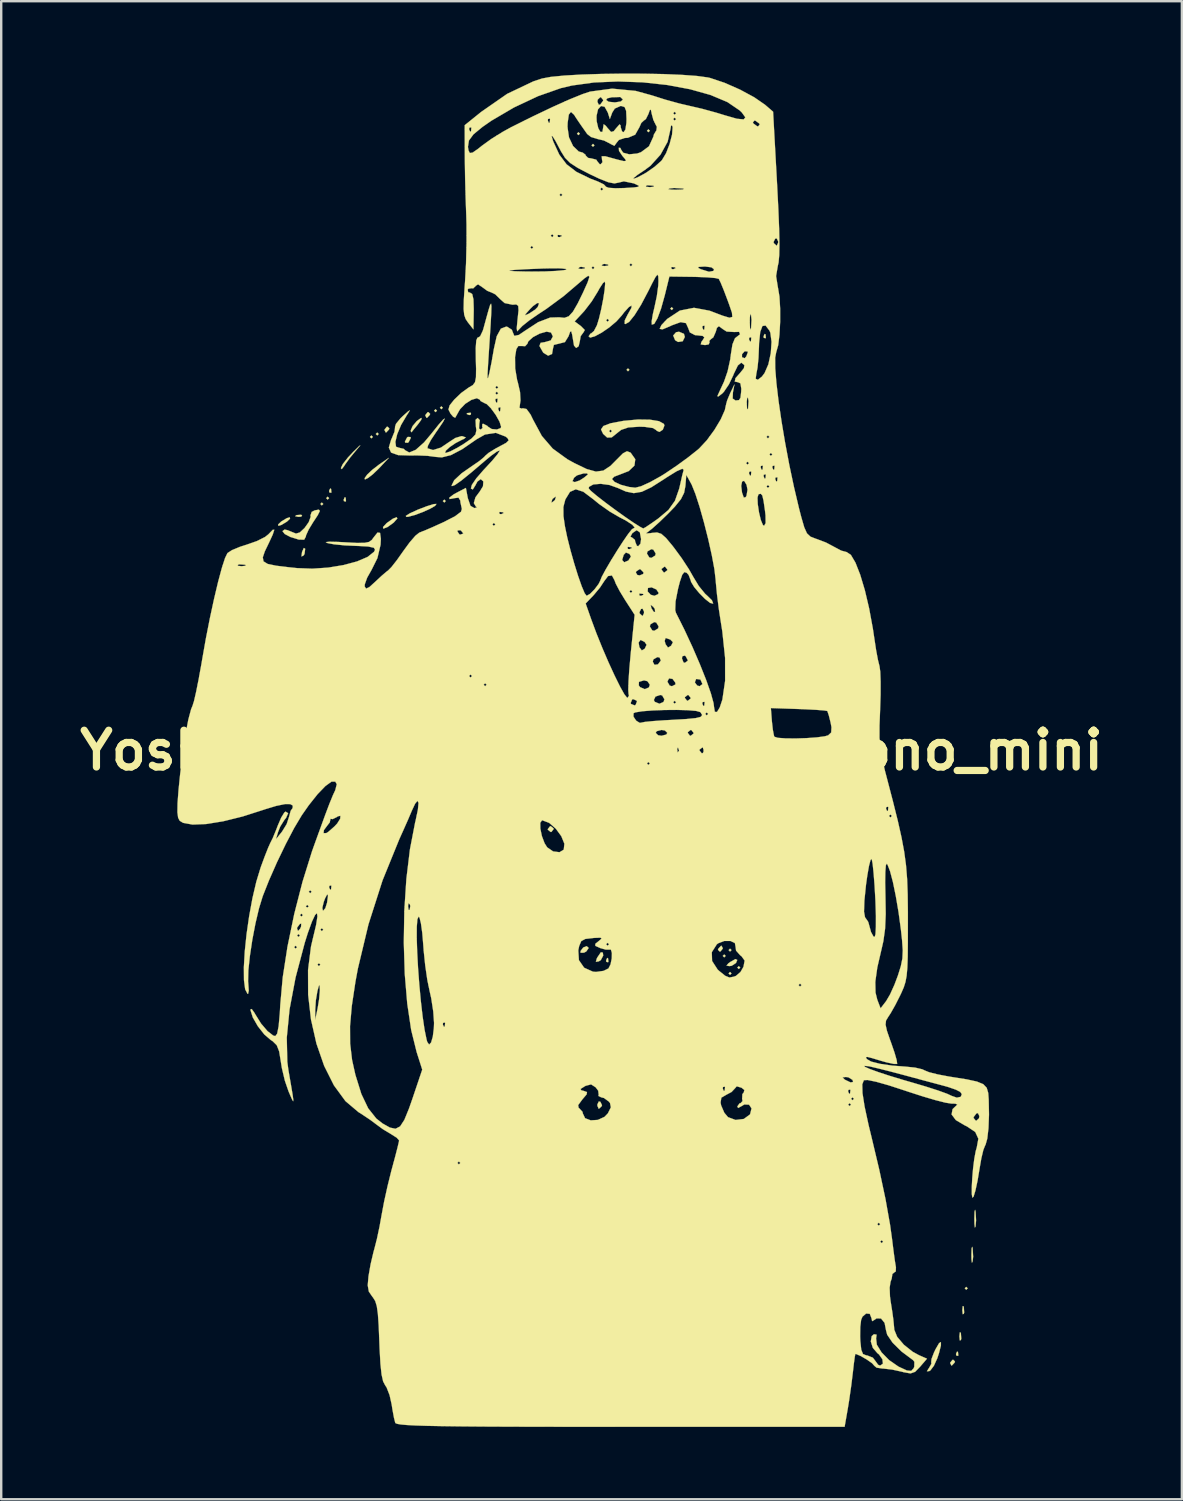
<source format=kicad_pcb>
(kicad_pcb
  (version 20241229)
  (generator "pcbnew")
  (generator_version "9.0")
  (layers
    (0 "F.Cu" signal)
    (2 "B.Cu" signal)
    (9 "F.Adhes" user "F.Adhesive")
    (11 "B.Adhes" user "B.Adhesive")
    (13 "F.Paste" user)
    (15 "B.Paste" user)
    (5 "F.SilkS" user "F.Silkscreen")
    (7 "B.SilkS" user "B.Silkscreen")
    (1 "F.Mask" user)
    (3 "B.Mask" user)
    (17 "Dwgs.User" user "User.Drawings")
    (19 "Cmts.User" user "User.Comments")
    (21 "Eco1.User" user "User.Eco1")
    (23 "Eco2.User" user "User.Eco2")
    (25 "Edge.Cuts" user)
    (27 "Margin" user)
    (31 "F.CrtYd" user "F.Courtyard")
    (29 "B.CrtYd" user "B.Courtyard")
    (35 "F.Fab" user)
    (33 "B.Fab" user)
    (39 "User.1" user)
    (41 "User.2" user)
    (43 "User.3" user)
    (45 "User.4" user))
  (footprint "YoshihisaKoshino_change_mono_mini"
    (layer "F.Cu")
    (at 21.488 28.076)
    (property "Reference" "YoshihisaKoshino_change_mono_mini" (at 0 0 0) (layer "F.SilkS") (effects (font (size 1.524 1.524) (thickness 0.3))))
    (attr through_hole)
    (fp_poly (pts (xy -11.128 -10.22) (xy -11.188 -10.16) (xy -11.249 -10.22) (xy -11.188 -10.281) (xy -11.128 -10.22)) (stroke (width 0.01) (type solid)) (fill yes) (layer "F.SilkS"))
    (fp_poly (pts (xy -10.886 -10.462) (xy -10.946 -10.402) (xy -11.007 -10.462) (xy -10.946 -10.523) (xy -10.886 -10.462)) (stroke (width 0.01) (type solid)) (fill yes) (layer "F.SilkS"))
    (fp_poly (pts (xy -9.071 -13.002) (xy -9.132 -12.942) (xy -9.192 -13.002) (xy -9.132 -13.063) (xy -9.071 -13.002)) (stroke (width 0.01) (type solid)) (fill yes) (layer "F.SilkS"))
    (fp_poly (pts (xy -8.83 -13.123) (xy -8.89 -13.063) (xy -8.95 -13.123) (xy -8.89 -13.184) (xy -8.83 -13.123)) (stroke (width 0.01) (type solid)) (fill yes) (layer "F.SilkS"))
    (fp_poly (pts (xy -6.41 -14.091) (xy -6.471 -14.03) (xy -6.531 -14.091) (xy -6.471 -14.151) (xy -6.41 -14.091)) (stroke (width 0.01) (type solid)) (fill yes) (layer "F.SilkS"))
    (fp_poly (pts (xy -6.169 -14.212) (xy -6.229 -14.151) (xy -6.29 -14.212) (xy -6.229 -14.272) (xy -6.169 -14.212)) (stroke (width 0.01) (type solid)) (fill yes) (layer "F.SilkS"))
    (fp_poly (pts (xy -6.048 -10.341) (xy -6.108 -10.281) (xy -6.169 -10.341) (xy -6.108 -10.402) (xy -6.048 -10.341)) (stroke (width 0.01) (type solid)) (fill yes) (layer "F.SilkS"))
    (fp_poly (pts (xy -0.484 -25.581) (xy -0.544 -25.521) (xy -0.605 -25.581) (xy -0.544 -25.642) (xy -0.484 -25.581)) (stroke (width 0.01) (type solid)) (fill yes) (layer "F.SilkS"))
    (fp_poly (pts (xy 0.121 -25.098) (xy 0.06 -25.037) (xy 0 -25.098) (xy 0.06 -25.158) (xy 0.121 -25.098)) (stroke (width 0.01) (type solid)) (fill yes) (layer "F.SilkS"))
    (fp_poly (pts (xy 1.572 -15.784) (xy 1.512 -15.724) (xy 1.451 -15.784) (xy 1.512 -15.845) (xy 1.572 -15.784)) (stroke (width 0.01) (type solid)) (fill yes) (layer "F.SilkS"))
    (fp_poly (pts (xy 2.419 -25.702) (xy 2.359 -25.642) (xy 2.298 -25.702) (xy 2.359 -25.763) (xy 2.419 -25.702)) (stroke (width 0.01) (type solid)) (fill yes) (layer "F.SilkS"))
    (fp_poly (pts (xy 3.387 -18.324) (xy 3.326 -18.264) (xy 3.266 -18.324) (xy 3.326 -18.385) (xy 3.387 -18.324)) (stroke (width 0.01) (type solid)) (fill yes) (layer "F.SilkS"))
    (fp_poly (pts (xy 5.564 8.527) (xy 5.503 8.588) (xy 5.443 8.527) (xy 5.503 8.467) (xy 5.564 8.527)) (stroke (width 0.01) (type solid)) (fill yes) (layer "F.SilkS"))
    (fp_poly (pts (xy 5.806 8.285) (xy 5.745 8.346) (xy 5.685 8.285) (xy 5.745 8.225) (xy 5.806 8.285)) (stroke (width 0.01) (type solid)) (fill yes) (layer "F.SilkS"))
    (fp_poly (pts (xy 5.806 9.253) (xy 5.745 9.313) (xy 5.685 9.253) (xy 5.745 9.192) (xy 5.806 9.253)) (stroke (width 0.01) (type solid)) (fill yes) (layer "F.SilkS"))
    (fp_poly (pts (xy 6.169 9.011) (xy 6.108 9.071) (xy 6.048 9.011) (xy 6.108 8.95) (xy 6.169 9.011)) (stroke (width 0.01) (type solid)) (fill yes) (layer "F.SilkS"))
    (fp_poly (pts (xy 15.603 22.316) (xy 15.542 22.376) (xy 15.482 22.316) (xy 15.542 22.255) (xy 15.603 22.316)) (stroke (width 0.01) (type solid)) (fill yes) (layer "F.SilkS"))
    (fp_poly (pts (xy -12.007 -9.749) (xy -12.043 -9.694) (xy -12.166 -9.686) (xy -12.295 -9.715) (xy -12.239 -9.759) (xy -12.05 -9.773) (xy -12.007 -9.749)) (stroke (width 0.01) (type solid)) (fill yes) (layer "F.SilkS"))
    (fp_poly (pts (xy -10.805 -10.845) (xy -10.791 -10.702) (xy -10.805 -10.684) (xy -10.877 -10.701) (xy -10.886 -10.765) (xy -10.841 -10.864) (xy -10.805 -10.845)) (stroke (width 0.01) (type solid)) (fill yes) (layer "F.SilkS"))
    (fp_poly (pts (xy -10.2 -10.483) (xy -10.186 -10.339) (xy -10.2 -10.321) (xy -10.272 -10.338) (xy -10.281 -10.402) (xy -10.237 -10.501) (xy -10.2 -10.483)) (stroke (width 0.01) (type solid)) (fill yes) (layer "F.SilkS"))
    (fp_poly (pts (xy -4.999 -13.99) (xy -5.016 -13.918) (xy -5.08 -13.91) (xy -5.18 -13.954) (xy -5.161 -13.99) (xy -5.017 -14.005) (xy -4.999 -13.99)) (stroke (width 0.01) (type solid)) (fill yes) (layer "F.SilkS"))
    (fp_poly (pts (xy 0.685 8.628) (xy 0.7 8.771) (xy 0.685 8.789) (xy 0.613 8.773) (xy 0.605 8.709) (xy 0.649 8.609) (xy 0.685 8.628)) (stroke (width 0.01) (type solid)) (fill yes) (layer "F.SilkS"))
    (fp_poly (pts (xy 7.217 -17.256) (xy 7.231 -17.112) (xy 7.217 -17.095) (xy 7.145 -17.111) (xy 7.136 -17.175) (xy 7.18 -17.275) (xy 7.217 -17.256)) (stroke (width 0.01) (type solid)) (fill yes) (layer "F.SilkS"))
    (fp_poly (pts (xy 15.2 24.957) (xy 15.214 25.1) (xy 15.2 25.118) (xy 15.128 25.101) (xy 15.119 25.037) (xy 15.163 24.938) (xy 15.2 24.957)) (stroke (width 0.01) (type solid)) (fill yes) (layer "F.SilkS"))
    (fp_poly (pts (xy 15.32 24.16) (xy 15.336 24.408) (xy 15.32 24.463) (xy 15.276 24.478) (xy 15.259 24.311) (xy 15.278 24.14) (xy 15.32 24.16)) (stroke (width 0.01) (type solid)) (fill yes) (layer "F.SilkS"))
    (fp_poly (pts (xy 15.441 23.072) (xy 15.457 23.319) (xy 15.441 23.374) (xy 15.397 23.389) (xy 15.38 23.223) (xy 15.399 23.051) (xy 15.441 23.072)) (stroke (width 0.01) (type solid)) (fill yes) (layer "F.SilkS"))
    (fp_poly (pts (xy -11.879 -8.362) (xy -11.906 -8.143) (xy -11.954 -8.076) (xy -12.033 -8.044) (xy -12.01 -8.222) (xy -12.007 -8.234) (xy -11.935 -8.397) (xy -11.879 -8.362)) (stroke (width 0.01) (type solid)) (fill yes) (layer "F.SilkS"))
    (fp_poly (pts (xy 0.365 14.576) (xy 0.435 14.721) (xy 0.418 14.765) (xy 0.301 14.872) (xy 0.244 14.75) (xy 0.242 14.689) (xy 0.301 14.564) (xy 0.365 14.576)) (stroke (width 0.01) (type solid)) (fill yes) (layer "F.SilkS"))
    (fp_poly (pts (xy -12.506 -9.61) (xy -12.632 -9.491) (xy -12.861 -9.352) (xy -12.988 -9.313) (xy -13 -9.372) (xy -12.874 -9.491) (xy -12.645 -9.63) (xy -12.519 -9.668) (xy -12.506 -9.61)) (stroke (width 0.01) (type solid)) (fill yes) (layer "F.SilkS"))
    (fp_poly (pts (xy -8.387 -13.352) (xy -8.406 -13.305) (xy -8.515 -13.189) (xy -8.534 -13.184) (xy -8.586 -13.277) (xy -8.588 -13.305) (xy -8.495 -13.421) (xy -8.46 -13.426) (xy -8.387 -13.352)) (stroke (width 0.01) (type solid)) (fill yes) (layer "F.SilkS"))
    (fp_poly (pts (xy -7.508 -12.997) (xy -7.499 -12.956) (xy -7.587 -12.785) (xy -7.62 -12.76) (xy -7.732 -12.766) (xy -7.741 -12.807) (xy -7.653 -12.978) (xy -7.62 -13.002) (xy -7.508 -12.997)) (stroke (width 0.01) (type solid)) (fill yes) (layer "F.SilkS"))
    (fp_poly (pts (xy -6.694 -13.956) (xy -6.713 -13.91) (xy -6.822 -13.794) (xy -6.841 -13.789) (xy -6.893 -13.882) (xy -6.894 -13.91) (xy -6.801 -14.026) (xy -6.766 -14.03) (xy -6.694 -13.956)) (stroke (width 0.01) (type solid)) (fill yes) (layer "F.SilkS"))
    (fp_poly (pts (xy -1.576 3.237) (xy -1.572 3.266) (xy -1.664 3.383) (xy -1.693 3.387) (xy -1.811 3.295) (xy -1.814 3.266) (xy -1.722 3.148) (xy -1.693 3.145) (xy -1.576 3.237)) (stroke (width 0.01) (type solid)) (fill yes) (layer "F.SilkS"))
    (fp_poly (pts (xy -0.121 8.193) (xy -0.121 8.202) (xy -0.218 8.342) (xy -0.312 8.393) (xy -0.454 8.397) (xy -0.456 8.323) (xy -0.345 8.178) (xy -0.2 8.122) (xy -0.121 8.193)) (stroke (width 0.01) (type solid)) (fill yes) (layer "F.SilkS"))
    (fp_poly (pts (xy 0.469 8.39) (xy 0.484 8.514) (xy 0.386 8.7) (xy 0.3 8.753) (xy 0.18 8.771) (xy 0.215 8.64) (xy 0.243 8.585) (xy 0.387 8.375) (xy 0.469 8.39)) (stroke (width 0.01) (type solid)) (fill yes) (layer "F.SilkS"))
    (fp_poly (pts (xy 3.833 -17.279) (xy 3.87 -17.149) (xy 3.782 -16.97) (xy 3.59 -16.94) (xy 3.467 -17.014) (xy 3.386 -17.208) (xy 3.507 -17.345) (xy 3.629 -17.365) (xy 3.833 -17.279)) (stroke (width 0.01) (type solid)) (fill yes) (layer "F.SilkS"))
    (fp_poly (pts (xy 5.441 8.197) (xy 5.443 8.225) (xy 5.35 8.341) (xy 5.315 8.346) (xy 5.243 8.272) (xy 5.261 8.225) (xy 5.37 8.109) (xy 5.39 8.104) (xy 5.441 8.197)) (stroke (width 0.01) (type solid)) (fill yes) (layer "F.SilkS"))
    (fp_poly (pts (xy 6.045 8.693) (xy 5.992 8.821) (xy 5.814 8.936) (xy 5.715 8.95) (xy 5.599 8.928) (xy 5.677 8.835) (xy 5.752 8.779) (xy 5.968 8.658) (xy 6.045 8.693)) (stroke (width 0.01) (type solid)) (fill yes) (layer "F.SilkS"))
    (fp_poly (pts (xy 15.077 25.353) (xy 15.059 25.4) (xy 14.95 25.515) (xy 14.93 25.521) (xy 14.879 25.427) (xy 14.877 25.4) (xy 14.97 25.284) (xy 15.005 25.279) (xy 15.077 25.353)) (stroke (width 0.01) (type solid)) (fill yes) (layer "F.SilkS"))
    (fp_poly (pts (xy 15.809 20.653) (xy 15.829 21.005) (xy 15.809 21.197) (xy 15.779 21.254) (xy 15.76 21.102) (xy 15.757 20.925) (xy 15.766 20.663) (xy 15.79 20.591) (xy 15.809 20.653)) (stroke (width 0.01) (type solid)) (fill yes) (layer "F.SilkS"))
    (fp_poly (pts (xy 15.932 19.142) (xy 15.951 19.5) (xy 15.93 19.747) (xy 15.902 19.796) (xy 15.883 19.637) (xy 15.879 19.413) (xy 15.888 19.138) (xy 15.91 19.058) (xy 15.932 19.142)) (stroke (width 0.01) (type solid)) (fill yes) (layer "F.SilkS"))
    (fp_poly (pts (xy -8.823 -11.692) (xy -9.067 -11.457) (xy -9.272 -11.298) (xy -9.4 -11.236) (xy -9.412 -11.291) (xy -9.309 -11.436) (xy -9.105 -11.63) (xy -8.814 -11.855) (xy -8.78 -11.879) (xy -8.406 -12.135) (xy -8.823 -11.692)) (stroke (width 0.01) (type solid)) (fill yes) (layer "F.SilkS"))
    (fp_poly (pts (xy -8.055 -9.62) (xy -8.198 -9.458) (xy -8.225 -9.434) (xy -8.464 -9.263) (xy -8.636 -9.196) (xy -8.65 -9.263) (xy -8.505 -9.42) (xy -8.484 -9.438) (xy -8.239 -9.611) (xy -8.083 -9.671) (xy -8.055 -9.62)) (stroke (width 0.01) (type solid)) (fill yes) (layer "F.SilkS"))
    (fp_poly (pts (xy -7.065 -13.71) (xy -7.203 -13.521) (xy -7.207 -13.516) (xy -7.381 -13.305) (xy -7.468 -13.194) (xy -7.497 -13.235) (xy -7.499 -13.276) (xy -7.422 -13.453) (xy -7.251 -13.657) (xy -7.081 -13.782) (xy -7.048 -13.789) (xy -7.065 -13.71)) (stroke (width 0.01) (type solid)) (fill yes) (layer "F.SilkS"))
    (fp_poly (pts (xy -9.689 -12.534) (xy -9.751 -12.463) (xy -10.01 -12.15) (xy -10.214 -11.87) (xy -10.262 -11.793) (xy -10.362 -11.665) (xy -10.398 -11.709) (xy -10.32 -11.874) (xy -10.113 -12.139) (xy -9.888 -12.379) (xy -9.656 -12.606) (xy -9.59 -12.657) (xy -9.689 -12.534)) (stroke (width 0.01) (type solid)) (fill yes) (layer "F.SilkS"))
    (fp_poly (pts (xy -6.488 -10.143) (xy -6.703 -10.019) (xy -7.007 -9.883) (xy -7.328 -9.763) (xy -7.596 -9.692) (xy -7.68 -9.684) (xy -7.705 -9.725) (xy -7.54 -9.831) (xy -7.22 -9.978) (xy -7.207 -9.984) (xy -6.83 -10.128) (xy -6.55 -10.214) (xy -6.433 -10.223) (xy -6.488 -10.143)) (stroke (width 0.01) (type solid)) (fill yes) (layer "F.SilkS"))
    (fp_poly (pts (xy 14.492 24.692) (xy 14.41 25.014) (xy 14.344 25.214) (xy 14.203 25.526) (xy 14.054 25.723) (xy 14.013 25.748) (xy 13.911 25.758) (xy 13.986 25.636) (xy 13.999 25.62) (xy 14.097 25.445) (xy 14.09 25.379) (xy 14.103 25.246) (xy 14.205 24.979) (xy 14.268 24.846) (xy 14.417 24.589) (xy 14.493 24.544) (xy 14.492 24.692)) (stroke (width 0.01) (type solid)) (fill yes) (layer "F.SilkS"))
    (fp_poly (pts (xy -11.269 -9.932) (xy -11.356 -9.756) (xy -11.551 -9.46) (xy -11.736 -9.155) (xy -11.843 -8.917) (xy -11.853 -8.862) (xy -11.92 -8.74) (xy -12.138 -8.742) (xy -12.488 -8.849) (xy -12.727 -8.974) (xy -12.821 -9.094) (xy -12.731 -9.16) (xy -12.609 -9.133) (xy -12.355 -9.03) (xy -12.261 -8.992) (xy -12.101 -9.039) (xy -11.904 -9.224) (xy -11.732 -9.467) (xy -11.652 -9.686) (xy -11.659 -9.747) (xy -11.609 -9.891) (xy -11.482 -9.955) (xy -11.312 -9.986) (xy -11.269 -9.932)) (stroke (width 0.01) (type solid)) (fill yes) (layer "F.SilkS"))
    (fp_poly (pts (xy 2.424 -13.717) (xy 2.799 -13.655) (xy 3.001 -13.543) (xy 3.024 -13.478) (xy 2.956 -13.3) (xy 2.817 -13.209) (xy 2.699 -13.259) (xy 2.688 -13.283) (xy 2.542 -13.371) (xy 2.208 -13.419) (xy 1.986 -13.426) (xy 1.528 -13.396) (xy 1.23 -13.295) (xy 1.089 -13.184) (xy 0.837 -12.981) (xy 0.647 -12.976) (xy 0.48 -13.128) (xy 0.425 -13.244) (xy 0.726 -13.244) (xy 0.786 -13.184) (xy 0.847 -13.244) (xy 0.786 -13.305) (xy 0.726 -13.244) (xy 0.425 -13.244) (xy 0.393 -13.312) (xy 0.49 -13.454) (xy 0.79 -13.568) (xy 1.312 -13.666) (xy 1.343 -13.67) (xy 1.924 -13.724) (xy 2.424 -13.717)) (stroke (width 0.01) (type solid)) (fill yes) (layer "F.SilkS"))
    (fp_poly (pts (xy 2.146 -28.069) (xy 2.987 -28.053) (xy 3.745 -28.021) (xy 4.373 -27.975) (xy 4.825 -27.913) (xy 4.922 -27.891) (xy 5.522 -27.69) (xy 6.161 -27.408) (xy 6.748 -27.091) (xy 7.194 -26.783) (xy 7.21 -26.77) (xy 7.531 -26.493) (xy 7.696 -23.497) (xy 7.749 -22.456) (xy 7.782 -21.632) (xy 7.794 -21.004) (xy 7.786 -20.548) (xy 7.759 -20.24) (xy 7.727 -20.098) (xy 7.655 -19.675) (xy 7.731 -19.199) (xy 7.734 -19.191) (xy 7.795 -18.823) (xy 7.824 -18.327) (xy 7.824 -17.777) (xy 7.796 -17.246) (xy 7.743 -16.808) (xy 7.666 -16.535) (xy 7.663 -16.531) (xy 7.617 -16.288) (xy 7.62 -15.845) (xy 7.669 -15.236) (xy 7.757 -14.495) (xy 7.879 -13.659) (xy 8.03 -12.761) (xy 8.204 -11.837) (xy 8.398 -10.921) (xy 8.604 -10.048) (xy 8.7 -9.677) (xy 8.823 -9.253) (xy 8.936 -9.002) (xy 9.082 -8.865) (xy 9.303 -8.779) (xy 9.332 -8.77) (xy 9.724 -8.622) (xy 10.073 -8.437) (xy 10.074 -8.436) (xy 10.359 -8.285) (xy 10.583 -8.225) (xy 10.757 -8.11) (xy 10.948 -7.787) (xy 11.144 -7.288) (xy 11.337 -6.645) (xy 11.515 -5.89) (xy 11.669 -5.055) (xy 11.731 -4.641) (xy 11.803 -4.167) (xy 11.88 -3.754) (xy 11.945 -3.492) (xy 11.977 -3.263) (xy 11.992 -2.851) (xy 11.991 -2.314) (xy 11.971 -1.709) (xy 11.971 -1.693) (xy 11.945 -1.027) (xy 11.944 -0.521) (xy 11.976 -0.094) (xy 12.05 0.333) (xy 12.171 0.844) (xy 12.235 1.089) (xy 12.498 2.097) (xy 12.704 2.922) (xy 12.858 3.609) (xy 12.97 4.209) (xy 13.045 4.769) (xy 13.091 5.337) (xy 13.114 5.962) (xy 13.123 6.693) (xy 13.123 7.136) (xy 13.122 7.951) (xy 13.116 8.565) (xy 13.1 9.019) (xy 13.07 9.353) (xy 13.022 9.61) (xy 12.952 9.83) (xy 12.855 10.053) (xy 12.804 10.16) (xy 12.601 10.562) (xy 12.408 10.903) (xy 12.303 11.063) (xy 12.215 11.21) (xy 12.197 11.379) (xy 12.254 11.635) (xy 12.394 12.041) (xy 12.426 12.126) (xy 12.567 12.535) (xy 12.657 12.847) (xy 12.678 13.002) (xy 12.675 13.007) (xy 12.538 13.007) (xy 12.247 12.945) (xy 12.024 12.883) (xy 11.643 12.768) (xy 11.445 12.717) (xy 11.382 12.722) (xy 11.404 12.779) (xy 11.422 12.807) (xy 11.598 12.91) (xy 11.966 13.003) (xy 12.474 13.077) (xy 13.03 13.12) (xy 13.421 13.16) (xy 13.721 13.23) (xy 13.816 13.276) (xy 14.003 13.352) (xy 14.361 13.442) (xy 14.82 13.529) (xy 14.938 13.548) (xy 15.561 13.647) (xy 15.985 13.739) (xy 16.249 13.847) (xy 16.392 13.997) (xy 16.455 14.211) (xy 16.475 14.481) (xy 16.487 15.109) (xy 16.466 15.668) (xy 16.416 16.105) (xy 16.343 16.366) (xy 16.325 16.393) (xy 16.253 16.575) (xy 16.17 16.922) (xy 16.094 17.362) (xy 16.092 17.377) (xy 16.013 17.849) (xy 15.924 18.262) (xy 15.846 18.517) (xy 15.796 18.553) (xy 15.773 18.401) (xy 15.773 18.112) (xy 15.793 17.738) (xy 15.828 17.331) (xy 15.877 16.943) (xy 15.936 16.625) (xy 15.979 16.476) (xy 16.046 16.11) (xy 15.916 15.829) (xy 15.566 15.595) (xy 15.493 15.562) (xy 15.112 15.337) (xy 15.044 15.247) (xy 15.845 15.247) (xy 15.937 15.358) (xy 15.966 15.361) (xy 16.072 15.263) (xy 16.087 15.172) (xy 16.028 15.047) (xy 15.966 15.059) (xy 15.849 15.213) (xy 15.845 15.247) (xy 15.044 15.247) (xy 14.935 15.103) (xy 14.976 14.882) (xy 15.065 14.797) (xy 15.175 14.694) (xy 15.09 14.656) (xy 14.92 14.652) (xy 14.68 14.614) (xy 14.266 14.509) (xy 13.733 14.352) (xy 13.133 14.158) (xy 13.002 14.114) (xy 12.333 13.896) (xy 11.806 13.747) (xy 11.451 13.674) (xy 11.297 13.682) (xy 11.23 13.855) (xy 11.239 14.216) (xy 11.327 14.776) (xy 11.493 15.546) (xy 11.604 16.002) (xy 11.933 17.386) (xy 12.195 18.618) (xy 12.382 19.671) (xy 12.464 20.26) (xy 12.524 20.743) (xy 12.579 21.152) (xy 12.621 21.41) (xy 12.627 21.439) (xy 12.62 21.615) (xy 12.568 21.65) (xy 12.476 21.724) (xy 12.477 21.741) (xy 12.45 21.917) (xy 12.403 22.045) (xy 12.366 22.288) (xy 12.38 22.655) (xy 12.403 22.831) (xy 12.475 23.287) (xy 12.519 23.611) (xy 12.548 23.908) (xy 12.558 24.034) (xy 12.678 24.328) (xy 12.954 24.654) (xy 13.322 24.947) (xy 13.58 25.088) (xy 13.915 25.235) (xy 13.627 25.57) (xy 13.421 25.78) (xy 13.232 25.846) (xy 12.949 25.796) (xy 12.869 25.774) (xy 12.471 25.687) (xy 12.108 25.644) (xy 12.065 25.643) (xy 11.824 25.607) (xy 11.732 25.53) (xy 11.639 25.425) (xy 11.421 25.271) (xy 11.168 25.124) (xy 10.973 25.041) (xy 10.945 25.037) (xy 10.921 25.147) (xy 10.882 25.433) (xy 10.842 25.787) (xy 10.773 26.351) (xy 10.684 26.973) (xy 10.631 27.299) (xy 10.498 28.061) (xy 1.21 28.061) (xy -0.546 28.06) (xy -2.074 28.058) (xy -3.39 28.055) (xy -4.509 28.05) (xy -5.445 28.042) (xy -6.214 28.032) (xy -6.829 28.02) (xy -7.306 28.005) (xy -7.66 27.986) (xy -7.906 27.964) (xy -8.058 27.938) (xy -8.131 27.909) (xy -8.142 27.895) (xy -8.196 27.682) (xy -8.261 27.332) (xy -8.29 27.139) (xy -8.378 26.745) (xy -8.502 26.427) (xy -8.562 26.336) (xy -8.646 26.175) (xy -8.71 25.891) (xy -8.757 25.447) (xy -8.792 24.809) (xy -8.803 24.522) (xy -8.811 24.316) (xy 11.142 24.316) (xy 11.15 24.501) (xy 11.188 24.863) (xy 11.261 25.042) (xy 11.395 25.097) (xy 11.43 25.098) (xy 11.67 25.192) (xy 11.759 25.309) (xy 11.889 25.487) (xy 11.97 25.521) (xy 12.087 25.442) (xy 12.066 25.261) (xy 11.925 25.06) (xy 11.856 25.004) (xy 11.668 24.785) (xy 11.584 24.519) (xy 11.622 24.297) (xy 11.715 24.22) (xy 11.825 24.238) (xy 11.803 24.399) (xy 11.835 24.656) (xy 12.031 24.974) (xy 12.343 25.293) (xy 12.724 25.557) (xy 12.76 25.576) (xy 13.08 25.723) (xy 13.259 25.742) (xy 13.36 25.633) (xy 13.387 25.569) (xy 13.391 25.364) (xy 13.341 25.297) (xy 12.862 24.939) (xy 12.489 24.572) (xy 12.264 24.241) (xy 12.216 24.058) (xy 12.156 23.749) (xy 12.008 23.567) (xy 11.822 23.562) (xy 11.754 23.613) (xy 11.639 23.679) (xy 11.611 23.549) (xy 11.542 23.374) (xy 11.39 23.361) (xy 11.237 23.494) (xy 11.183 23.624) (xy 11.148 23.912) (xy 11.142 24.316) (xy -8.811 24.316) (xy -8.83 23.85) (xy -8.863 23.376) (xy -8.908 23.055) (xy -8.974 22.842) (xy -9.066 22.694) (xy -9.094 22.661) (xy -9.239 22.45) (xy -9.284 22.192) (xy -9.252 21.814) (xy -9.165 21.317) (xy -9.044 20.804) (xy -9.01 20.683) (xy -8.932 20.38) (xy 11.974 20.38) (xy 12.035 20.441) (xy 12.095 20.38) (xy 12.035 20.32) (xy 11.974 20.38) (xy -8.932 20.38) (xy -8.905 20.274) (xy -8.793 19.747) (xy -8.777 19.655) (xy 11.853 19.655) (xy 11.914 19.715) (xy 11.974 19.655) (xy 11.914 19.594) (xy 11.853 19.655) (xy -8.777 19.655) (xy -8.707 19.266) (xy -8.604 18.719) (xy -8.46 18.067) (xy -8.303 17.435) (xy -8.275 17.332) (xy -8.216 17.115) (xy -5.564 17.115) (xy -5.503 17.175) (xy -5.443 17.115) (xy -5.503 17.054) (xy -5.564 17.115) (xy -8.216 17.115) (xy -8.146 16.854) (xy -8.046 16.466) (xy -7.99 16.227) (xy -7.983 16.181) (xy -8.079 16.07) (xy -8.31 15.923) (xy -8.315 15.92) (xy -8.66 15.712) (xy -8.916 15.524) (xy -9.19 15.32) (xy -9.549 15.08) (xy -9.667 15.008) (xy -10.208 14.55) (xy -10.686 13.897) (xy -11.091 13.089) (xy -11.411 12.166) (xy -11.576 11.436) (xy -10.018 11.436) (xy -10.014 12.163) (xy -9.933 12.845) (xy -9.797 13.456) (xy -9.548 14.255) (xy -9.265 14.848) (xy -8.928 15.273) (xy -8.67 15.476) (xy -8.365 15.648) (xy -8.131 15.697) (xy -7.94 15.598) (xy -7.764 15.327) (xy -7.573 14.86) (xy -7.523 14.717) (xy -0.556 14.717) (xy -0.532 14.835) (xy -0.514 14.843) (xy -0.373 14.996) (xy -0.363 15.059) (xy -0.268 15.258) (xy -0.034 15.348) (xy 0.261 15.329) (xy 0.539 15.202) (xy 0.677 15.058) (xy 0.802 14.808) (xy 0.766 14.629) (xy 0.75 14.607) (xy 5.352 14.607) (xy 5.376 14.728) (xy 5.508 15.033) (xy 5.661 15.215) (xy 5.975 15.332) (xy 6.316 15.29) (xy 6.569 15.105) (xy 6.577 15.092) (xy 6.637 14.853) (xy 6.535 14.697) (xy 6.498 14.696) (xy 10.644 14.696) (xy 10.704 14.756) (xy 10.765 14.696) (xy 10.704 14.635) (xy 10.644 14.696) (xy 6.498 14.696) (xy 6.339 14.689) (xy 6.234 14.752) (xy 6.08 14.835) (xy 6.048 14.771) (xy 6.14 14.642) (xy 6.182 14.635) (xy 6.263 14.548) (xy 6.247 14.458) (xy 6.247 14.454) (xy 10.765 14.454) (xy 10.825 14.514) (xy 10.886 14.454) (xy 10.825 14.393) (xy 10.765 14.454) (xy 6.247 14.454) (xy 6.257 14.258) (xy 6.31 14.199) (xy 6.323 14.151) (xy 10.644 14.151) (xy 10.688 14.251) (xy 10.724 14.232) (xy 10.739 14.089) (xy 10.724 14.071) (xy 10.653 14.087) (xy 10.644 14.151) (xy 6.323 14.151) (xy 6.34 14.089) (xy 6.221 13.994) (xy 6.024 13.936) (xy 5.951 14.019) (xy 5.81 14.17) (xy 5.599 14.282) (xy 5.386 14.407) (xy 5.352 14.607) (xy 0.75 14.607) (xy 0.725 14.574) (xy 0.515 14.421) (xy 0.401 14.393) (xy 0.285 14.335) (xy 0.296 14.282) (xy 0.277 14.12) (xy 0.211 14.03) (xy 5.443 14.03) (xy 5.487 14.13) (xy 5.523 14.111) (xy 5.538 13.968) (xy 5.523 13.95) (xy 5.452 13.966) (xy 5.443 14.03) (xy 0.211 14.03) (xy 0.174 13.98) (xy -0.018 13.856) (xy -0.241 13.914) (xy -0.281 13.935) (xy -0.456 14.046) (xy -0.425 14.101) (xy -0.322 14.127) (xy -0.188 14.175) (xy -0.205 14.272) (xy -0.382 14.481) (xy -0.382 14.481) (xy -0.556 14.717) (xy -7.523 14.717) (xy -7.431 14.454) (xy -7.132 13.568) (xy 10.411 13.568) (xy 10.499 13.652) (xy 10.523 13.668) (xy 10.744 13.774) (xy 10.85 13.757) (xy 10.825 13.668) (xy 10.653 13.562) (xy 10.546 13.549) (xy 10.411 13.568) (xy -7.132 13.568) (xy -7.023 13.244) (xy -7.073 13.086) (xy 11.313 13.086) (xy 11.341 13.128) (xy 11.545 13.219) (xy 11.898 13.347) (xy 12.374 13.503) (xy 12.944 13.676) (xy 13.305 13.78) (xy 13.873 13.948) (xy 14.374 14.109) (xy 14.75 14.245) (xy 14.938 14.332) (xy 15.152 14.407) (xy 15.317 14.371) (xy 15.359 14.259) (xy 15.294 14.168) (xy 15.115 14.076) (xy 14.795 13.965) (xy 14.635 13.92) (xy 14.273 13.823) (xy 13.763 13.687) (xy 13.194 13.533) (xy 12.942 13.465) (xy 12.413 13.325) (xy 11.942 13.206) (xy 11.599 13.125) (xy 11.49 13.103) (xy 11.313 13.086) (xy -7.073 13.086) (xy -7.254 12.519) (xy -7.481 11.603) (xy -7.645 10.505) (xy -7.748 9.277) (xy -7.788 7.971) (xy -7.785 7.788) (xy -7.251 7.788) (xy -7.232 8.373) (xy -7.196 9.033) (xy -7.144 9.725) (xy -7.08 10.409) (xy -7.007 11.043) (xy -6.927 11.585) (xy -6.843 11.995) (xy -6.816 12.092) (xy -6.738 12.205) (xy -6.656 12.119) (xy -6.585 11.878) (xy -6.541 11.525) (xy -6.535 11.37) (xy -6.169 11.37) (xy -6.124 11.469) (xy -6.088 11.45) (xy -6.073 11.307) (xy -6.088 11.289) (xy -6.16 11.305) (xy -6.169 11.37) (xy -6.535 11.37) (xy -6.533 11.304) (xy -6.566 10.831) (xy -6.65 10.283) (xy -6.719 9.974) (xy -6.768 9.737) (xy 8.588 9.737) (xy 8.648 9.797) (xy 8.709 9.737) (xy 8.648 9.676) (xy 8.588 9.737) (xy -6.768 9.737) (xy -6.797 9.596) (xy 11.771 9.596) (xy 11.78 10.049) (xy 11.852 10.34) (xy 11.99 10.701) (xy 12.221 10.4) (xy 12.382 10.126) (xy 12.567 9.717) (xy 12.71 9.336) (xy 12.83 8.951) (xy 12.895 8.632) (xy 12.91 8.297) (xy 12.88 7.864) (xy 12.833 7.433) (xy 12.736 6.72) (xy 12.622 6.049) (xy 12.502 5.464) (xy 12.383 5.014) (xy 12.278 4.742) (xy 12.246 4.699) (xy 12.209 4.769) (xy 12.187 5.041) (xy 12.18 5.472) (xy 12.191 6.017) (xy 12.203 6.792) (xy 12.177 7.399) (xy 12.106 7.911) (xy 12.035 8.225) (xy 11.855 9.001) (xy 11.771 9.596) (xy -6.797 9.596) (xy -6.813 9.518) (xy -6.899 8.924) (xy -6.964 8.296) (xy -6.964 8.294) (xy -0.55 8.294) (xy -0.524 8.703) (xy -0.306 9.017) (xy 0.057 9.18) (xy 0.187 9.191) (xy 0.499 9.147) (xy 0.702 9.047) (xy 0.788 8.877) (xy 0.838 8.631) (xy 0.844 8.398) (xy 0.836 8.373) (xy 4.988 8.373) (xy 5.001 8.738) (xy 5.23 9.091) (xy 5.292 9.148) (xy 5.547 9.353) (xy 5.72 9.423) (xy 5.907 9.387) (xy 5.987 9.357) (xy 6.18 9.192) (xy 6.302 8.978) (xy 6.351 8.722) (xy 6.222 8.541) (xy 6.164 8.498) (xy 5.995 8.307) (xy 5.975 8.153) (xy 5.946 7.993) (xy 5.763 7.907) (xy 5.506 7.907) (xy 5.254 8.003) (xy 5.196 8.048) (xy 4.988 8.373) (xy 0.836 8.373) (xy 0.801 8.264) (xy 0.756 8.264) (xy 0.587 8.265) (xy 0.363 8.202) (xy 0.157 8.109) (xy 0.16 8.043) (xy 0.605 8.043) (xy 0.665 8.104) (xy 0.726 8.043) (xy 0.665 7.983) (xy 0.605 8.043) (xy 0.16 8.043) (xy 0.16 8.022) (xy 0.29 7.918) (xy 0.417 7.809) (xy 0.37 7.77) (xy 0.118 7.78) (xy 0.081 7.783) (xy -0.255 7.822) (xy -0.427 7.912) (xy -0.513 8.116) (xy -0.55 8.294) (xy -6.964 8.294) (xy -6.98 8.074) (xy -7.022 7.572) (xy -7.077 7.177) (xy -7.136 6.939) (xy -7.172 6.894) (xy -7.224 7.007) (xy -7.249 7.319) (xy -7.251 7.788) (xy -7.785 7.788) (xy -7.767 6.691) (xy 11.303 6.691) (xy 11.344 6.922) (xy 11.352 6.934) (xy 11.466 7.096) (xy 11.484 7.136) (xy 11.594 7.537) (xy 11.696 7.722) (xy 11.744 7.741) (xy 11.778 7.628) (xy 11.795 7.318) (xy 11.796 6.858) (xy 11.778 6.292) (xy 11.774 6.199) (xy 11.74 5.603) (xy 11.7 5.088) (xy 11.66 4.707) (xy 11.623 4.511) (xy 11.619 4.503) (xy 11.573 4.549) (xy 11.509 4.793) (xy 11.439 5.192) (xy 11.386 5.571) (xy 11.318 6.237) (xy 11.303 6.691) (xy -7.767 6.691) (xy -7.766 6.639) (xy -7.754 6.461) (xy -7.61 6.461) (xy -7.588 6.618) (xy -7.547 6.62) (xy -7.518 6.458) (xy -7.537 6.388) (xy -7.591 6.342) (xy -7.61 6.461) (xy -7.754 6.461) (xy -7.681 5.333) (xy -7.533 4.105) (xy -7.321 3.006) (xy -7.32 3.002) (xy -2.127 3.002) (xy -2.124 3.245) (xy -2.06 3.555) (xy -1.948 3.852) (xy -1.841 4.022) (xy -1.594 4.192) (xy -1.329 4.225) (xy -1.152 4.118) (xy -1.127 3.872) (xy -1.254 3.561) (xy -1.481 3.25) (xy -1.758 3.008) (xy -2.036 2.903) (xy -2.054 2.903) (xy -2.127 3.002) (xy -7.32 3.002) (xy -7.301 2.925) (xy -7.258 2.721) (xy 12.337 2.721) (xy 12.398 2.782) (xy 12.458 2.721) (xy 12.398 2.661) (xy 12.337 2.721) (xy -7.258 2.721) (xy -7.204 2.464) (xy -7.199 2.419) (xy 12.216 2.419) (xy 12.26 2.519) (xy 12.297 2.5) (xy 12.311 2.356) (xy 12.297 2.338) (xy 12.225 2.355) (xy 12.216 2.419) (xy -7.199 2.419) (xy -7.177 2.182) (xy -7.217 2.092) (xy -7.317 2.211) (xy -7.449 2.491) (xy -7.607 2.863) (xy -7.816 3.334) (xy -7.976 3.689) (xy -8.669 5.392) (xy -9.253 7.216) (xy -9.693 9.054) (xy -9.794 9.599) (xy -9.945 10.601) (xy -10.018 11.436) (xy -11.576 11.436) (xy -11.632 11.188) (xy -11.463 11.188) (xy -11.363 10.704) (xy -11.299 10.311) (xy -11.27 9.965) (xy -11.27 9.918) (xy -11.281 9.734) (xy -11.311 9.766) (xy -11.37 9.979) (xy -11.436 10.368) (xy -11.462 10.765) (xy -11.463 11.188) (xy -11.632 11.188) (xy -11.637 11.169) (xy -11.756 10.137) (xy -11.76 9.112) (xy -11.732 8.89) (xy -11.37 8.89) (xy -11.309 8.95) (xy -11.249 8.89) (xy -11.309 8.83) (xy -11.37 8.89) (xy -11.732 8.89) (xy -11.637 8.135) (xy -11.56 7.806) (xy -11.472 7.439) (xy -11.249 7.439) (xy -11.188 7.499) (xy -11.128 7.439) (xy -11.188 7.378) (xy -11.249 7.439) (xy -11.472 7.439) (xy -11.425 7.239) (xy -11.371 6.89) (xy -11.389 6.754) (xy -11.467 6.827) (xy -11.597 7.102) (xy -11.769 7.575) (xy -11.897 7.983) (xy -12.278 9.425) (xy -12.527 10.743) (xy -12.642 11.915) (xy -12.62 12.919) (xy -12.577 13.244) (xy -12.47 13.867) (xy -12.401 14.276) (xy -12.371 14.497) (xy -12.378 14.557) (xy -12.423 14.481) (xy -12.505 14.295) (xy -12.567 14.151) (xy -12.721 13.704) (xy -12.847 13.173) (xy -12.889 12.909) (xy -12.958 12.488) (xy -13.058 12.232) (xy -13.228 12.064) (xy -13.309 12.013) (xy -13.575 11.783) (xy -13.842 11.444) (xy -14.051 11.08) (xy -14.146 10.781) (xy -14.147 10.748) (xy -14.097 10.729) (xy -13.981 10.89) (xy -13.95 10.946) (xy -13.708 11.334) (xy -13.441 11.647) (xy -13.205 11.83) (xy -13.118 11.853) (xy -13.041 11.751) (xy -12.979 11.438) (xy -12.931 10.9) (xy -12.912 10.553) (xy -12.81 9.415) (xy -12.616 8.164) (xy -12.337 8.164) (xy -12.277 8.225) (xy -12.216 8.164) (xy -12.277 8.104) (xy -12.337 8.164) (xy -12.616 8.164) (xy -12.612 8.136) (xy -12.517 7.68) (xy -12.216 7.68) (xy -12.156 7.741) (xy -12.095 7.68) (xy -12.156 7.62) (xy -12.216 7.68) (xy -12.517 7.68) (xy -12.456 7.385) (xy -12.216 7.385) (xy -12.177 7.495) (xy -12.088 7.399) (xy -12.049 7.311) (xy -12.041 7.186) (xy -12.097 7.198) (xy -12.212 7.352) (xy -12.216 7.385) (xy -12.456 7.385) (xy -12.342 6.834) (xy -12.095 6.834) (xy -12.035 6.894) (xy -11.974 6.834) (xy -12.035 6.773) (xy -12.095 6.834) (xy -12.342 6.834) (xy -12.333 6.79) (xy -12.267 6.533) (xy -11.168 6.533) (xy -11.143 6.651) (xy -11.135 6.652) (xy -11.043 6.548) (xy -10.971 6.32) (xy -10.932 6.029) (xy -10.964 5.969) (xy -11.055 6.143) (xy -11.107 6.283) (xy -11.168 6.533) (xy -12.267 6.533) (xy -12.251 6.471) (xy -11.853 6.471) (xy -11.793 6.531) (xy -11.732 6.471) (xy -11.793 6.41) (xy -11.853 6.471) (xy -12.251 6.471) (xy -12.096 5.866) (xy -11.732 5.866) (xy -11.672 5.927) (xy -11.611 5.866) (xy -11.672 5.806) (xy -11.732 5.866) (xy -12.096 5.866) (xy -12.049 5.685) (xy -10.886 5.685) (xy -10.841 5.784) (xy -10.805 5.765) (xy -10.791 5.622) (xy -10.805 5.604) (xy -10.877 5.621) (xy -10.886 5.685) (xy -12.049 5.685) (xy -11.989 5.451) (xy -11.597 4.192) (xy -11.482 3.87) (xy -11.359 3.531) (xy -11.324 3.436) (xy -11.116 3.436) (xy -11 3.431) (xy -10.916 3.377) (xy -10.666 3.157) (xy -10.553 3.037) (xy -10.426 2.834) (xy -10.417 2.714) (xy -10.524 2.736) (xy -10.564 2.766) (xy -10.742 2.853) (xy -10.806 2.841) (xy -10.841 2.842) (xy -10.831 2.857) (xy -10.86 2.99) (xy -10.952 3.107) (xy -11.102 3.309) (xy -11.116 3.436) (xy -11.324 3.436) (xy -11.192 3.072) (xy -11.042 2.661) (xy -10.878 2.227) (xy -10.728 1.86) (xy -10.63 1.649) (xy -10.568 1.404) (xy -10.63 1.296) (xy -10.786 1.297) (xy -11.039 1.48) (xy -11.363 1.816) (xy -11.731 2.279) (xy -12.023 2.697) (xy -12.332 3.215) (xy -12.685 3.887) (xy -13.048 4.641) (xy -13.384 5.403) (xy -13.64 6.05) (xy -13.794 6.552) (xy -13.941 7.177) (xy -14.072 7.86) (xy -14.173 8.532) (xy -14.236 9.127) (xy -14.247 9.579) (xy -14.238 9.685) (xy -14.219 9.967) (xy -14.248 10.102) (xy -14.268 10.102) (xy -14.368 9.913) (xy -14.418 9.529) (xy -14.422 8.992) (xy -14.385 8.343) (xy -14.31 7.622) (xy -14.202 6.872) (xy -14.066 6.132) (xy -13.905 5.445) (xy -13.724 4.852) (xy -13.719 4.838) (xy -13.555 4.395) (xy -13.414 4.038) (xy -13.321 3.83) (xy -13.31 3.81) (xy -13.221 3.632) (xy -13.09 3.315) (xy -13.013 3.115) (xy -12.872 2.787) (xy -12.744 2.579) (xy -12.69 2.54) (xy -12.585 2.608) (xy -12.671 2.8) (xy -12.746 2.893) (xy -12.913 3.161) (xy -13.003 3.387) (xy -13.093 3.689) (xy -12.837 3.368) (xy -12.647 3.059) (xy -12.55 2.764) (xy -12.48 2.507) (xy -12.401 2.395) (xy -12.392 2.293) (xy -12.496 2.23) (xy -12.712 2.228) (xy -13.082 2.304) (xy -13.535 2.441) (xy -13.581 2.457) (xy -14.468 2.741) (xy -15.279 2.942) (xy -15.983 3.056) (xy -16.549 3.079) (xy -16.945 3.007) (xy -17.084 2.921) (xy -17.149 2.797) (xy -17.179 2.566) (xy -17.173 2.193) (xy -17.132 1.644) (xy -17.07 1.028) (xy -17.012 0.544) (xy 2.298 0.544) (xy 2.359 0.605) (xy 2.419 0.544) (xy 2.359 0.484) (xy 2.298 0.544) (xy -17.012 0.544) (xy -16.962 0.127) (xy -16.943 0) (xy 3.447 0) (xy 3.457 0.111) (xy 3.5 0.121) (xy 3.624 0.033) (xy 3.629 0) (xy 4.475 0) (xy 4.567 0.117) (xy 4.596 0.121) (xy 4.714 0.029) (xy 4.717 0) (xy 4.625 -0.117) (xy 4.596 -0.121) (xy 4.479 -0.029) (xy 4.475 0) (xy 3.629 0) (xy 3.587 -0.118) (xy 3.575 -0.121) (xy 3.472 -0.036) (xy 3.447 0) (xy -16.943 0) (xy -16.846 -0.651) (xy -16.831 -0.726) (xy 2.661 -0.726) (xy 2.762 -0.627) (xy 2.903 -0.605) (xy 3.099 -0.655) (xy 3.145 -0.726) (xy 3.991 -0.726) (xy 4.083 -0.608) (xy 4.112 -0.605) (xy 4.23 -0.697) (xy 4.233 -0.726) (xy 4.141 -0.843) (xy 4.112 -0.847) (xy 3.995 -0.755) (xy 3.991 -0.726) (xy 3.145 -0.726) (xy 3.043 -0.824) (xy 2.903 -0.847) (xy 2.706 -0.796) (xy 2.661 -0.726) (xy -16.831 -0.726) (xy -16.727 -1.272) (xy -16.693 -1.401) (xy 1.738 -1.401) (xy 1.852 -1.231) (xy 2.002 -1.139) (xy 2.057 -1.149) (xy 2.211 -1.18) (xy 2.55 -1.214) (xy 3.015 -1.247) (xy 3.329 -1.264) (xy 3.931 -1.299) (xy 4.322 -1.338) (xy 4.532 -1.391) (xy 4.589 -1.466) (xy 4.561 -1.512) (xy 4.717 -1.512) (xy 4.778 -1.451) (xy 4.838 -1.512) (xy 4.778 -1.572) (xy 4.717 -1.512) (xy 4.561 -1.512) (xy 4.525 -1.57) (xy 4.508 -1.588) (xy 4.34 -1.636) (xy 3.995 -1.666) (xy 3.536 -1.678) (xy 3.025 -1.674) (xy 2.527 -1.655) (xy 2.105 -1.622) (xy 1.821 -1.576) (xy 1.744 -1.542) (xy 1.738 -1.401) (xy -16.693 -1.401) (xy -16.612 -1.703) (xy -16.552 -1.849) (xy -16.516 -1.963) (xy 1.623 -1.963) (xy 1.639 -1.925) (xy 1.786 -1.865) (xy 1.825 -1.881) (xy 1.885 -2.028) (xy 1.868 -2.067) (xy 1.815 -2.088) (xy 2.584 -2.088) (xy 2.624 -2.013) (xy 2.816 -1.934) (xy 2.96 -1.996) (xy 3.387 -1.996) (xy 3.447 -1.935) (xy 4.596 -1.935) (xy 4.64 -1.836) (xy 4.677 -1.855) (xy 4.691 -1.998) (xy 4.677 -2.016) (xy 4.605 -1.999) (xy 4.596 -1.935) (xy 3.447 -1.935) (xy 3.508 -1.996) (xy 3.447 -2.056) (xy 3.387 -1.996) (xy 2.96 -1.996) (xy 2.984 -2.006) (xy 3.024 -2.117) (xy 2.989 -2.177) (xy 3.87 -2.177) (xy 3.963 -2.06) (xy 3.991 -2.056) (xy 4.109 -2.148) (xy 4.112 -2.177) (xy 4.02 -2.295) (xy 3.991 -2.298) (xy 3.874 -2.206) (xy 3.87 -2.177) (xy 2.989 -2.177) (xy 2.931 -2.277) (xy 2.85 -2.298) (xy 2.652 -2.231) (xy 2.584 -2.088) (xy 1.815 -2.088) (xy 1.722 -2.126) (xy 1.683 -2.11) (xy 1.623 -1.963) (xy -16.516 -1.963) (xy -16.491 -2.042) (xy -16.403 -2.425) (xy -16.344 -2.721) (xy -4.475 -2.721) (xy -4.415 -2.661) (xy -4.354 -2.721) (xy -4.415 -2.782) (xy -4.475 -2.721) (xy -16.344 -2.721) (xy -16.298 -2.948) (xy -16.274 -3.084) (xy -5.08 -3.084) (xy -5.02 -3.024) (xy -4.959 -3.084) (xy -5.02 -3.145) (xy -5.08 -3.084) (xy -16.274 -3.084) (xy -16.187 -3.562) (xy -16.149 -3.785) (xy -15.997 -4.646) (xy -15.83 -5.492) (xy -15.7 -6.092) (xy -0.244 -6.092) (xy -0.013 -5.435) (xy 0.202 -4.857) (xy 0.448 -4.247) (xy 0.706 -3.648) (xy 0.958 -3.1) (xy 1.183 -2.645) (xy 1.362 -2.325) (xy 1.477 -2.181) (xy 1.49 -2.177) (xy 1.552 -2.265) (xy 1.535 -2.342) (xy 1.523 -2.519) (xy 1.529 -2.692) (xy 1.96 -2.692) (xy 2.016 -2.621) (xy 2.21 -2.539) (xy 2.378 -2.609) (xy 2.419 -2.721) (xy 2.33 -2.852) (xy 3.145 -2.852) (xy 3.242 -2.686) (xy 3.336 -2.661) (xy 3.477 -2.731) (xy 3.48 -2.805) (xy 3.467 -2.821) (xy 4.285 -2.821) (xy 4.381 -2.69) (xy 4.482 -2.661) (xy 4.594 -2.742) (xy 4.596 -2.762) (xy 4.517 -2.937) (xy 4.354 -2.961) (xy 4.335 -2.952) (xy 4.285 -2.821) (xy 3.467 -2.821) (xy 3.36 -2.964) (xy 3.215 -2.985) (xy 3.145 -2.852) (xy 2.33 -2.852) (xy 2.318 -2.869) (xy 2.177 -2.903) (xy 1.966 -2.842) (xy 1.96 -2.692) (xy 1.529 -2.692) (xy 1.535 -2.886) (xy 1.569 -3.391) (xy 1.595 -3.679) (xy 2.54 -3.679) (xy 2.611 -3.547) (xy 2.756 -3.568) (xy 2.875 -3.727) (xy 2.837 -3.817) (xy 3.75 -3.817) (xy 3.813 -3.652) (xy 3.87 -3.629) (xy 3.988 -3.715) (xy 3.991 -3.742) (xy 3.904 -3.906) (xy 3.87 -3.931) (xy 3.767 -3.904) (xy 3.75 -3.817) (xy 2.837 -3.817) (xy 2.822 -3.85) (xy 2.732 -3.87) (xy 2.565 -3.773) (xy 2.54 -3.679) (xy 1.595 -3.679) (xy 1.622 -3.982) (xy 1.63 -4.066) (xy 1.672 -4.476) (xy 1.952 -4.476) (xy 1.985 -4.279) (xy 2.084 -4.145) (xy 2.205 -4.213) (xy 2.283 -4.378) (xy 2.203 -4.497) (xy 2.114 -4.542) (xy 3.032 -4.542) (xy 3.073 -4.4) (xy 3.171 -4.265) (xy 3.299 -4.339) (xy 3.376 -4.488) (xy 3.268 -4.595) (xy 3.075 -4.663) (xy 3.032 -4.542) (xy 2.114 -4.542) (xy 2.034 -4.581) (xy 1.952 -4.476) (xy 1.672 -4.476) (xy 1.739 -5.14) (xy 2.419 -5.14) (xy 2.516 -4.98) (xy 2.6 -4.959) (xy 2.761 -5.056) (xy 2.782 -5.14) (xy 2.685 -5.301) (xy 2.6 -5.322) (xy 2.44 -5.225) (xy 2.419 -5.14) (xy 1.739 -5.14) (xy 1.788 -5.624) (xy 1.726 -5.72) (xy 1.984 -5.72) (xy 2.001 -5.676) (xy 2.118 -5.569) (xy 2.175 -5.691) (xy 2.177 -5.752) (xy 2.118 -5.877) (xy 2.054 -5.865) (xy 1.984 -5.72) (xy 1.726 -5.72) (xy 1.522 -6.035) (xy 2.453 -6.035) (xy 2.479 -5.914) (xy 2.487 -5.891) (xy 2.583 -5.743) (xy 2.638 -5.742) (xy 2.624 -5.87) (xy 2.555 -5.959) (xy 2.453 -6.035) (xy 1.522 -6.035) (xy 1.391 -6.238) (xy 1.237 -6.491) (xy 1.976 -6.491) (xy 1.992 -6.419) (xy 2.056 -6.41) (xy 2.156 -6.455) (xy 2.137 -6.491) (xy 1.993 -6.506) (xy 1.976 -6.491) (xy 1.237 -6.491) (xy 1.176 -6.592) (xy 1.572 -6.592) (xy 1.633 -6.531) (xy 1.693 -6.592) (xy 2.326 -6.592) (xy 2.457 -6.454) (xy 2.608 -6.41) (xy 2.764 -6.48) (xy 2.782 -6.535) (xy 2.687 -6.676) (xy 2.493 -6.762) (xy 2.341 -6.736) (xy 2.326 -6.592) (xy 1.693 -6.592) (xy 1.693 -6.592) (xy 1.633 -6.652) (xy 1.572 -6.592) (xy 1.176 -6.592) (xy 1.169 -6.603) (xy 1.007 -6.912) (xy 0.95 -7.061) (xy 0.846 -7.255) (xy 0.686 -7.231) (xy 0.529 -7.024) (xy 0.352 -6.755) (xy 0.101 -6.454) (xy 0.075 -6.425) (xy -0.244 -6.092) (xy -15.7 -6.092) (xy -15.658 -6.286) (xy -15.491 -6.989) (xy -15.336 -7.566) (xy -15.307 -7.656) (xy -14.681 -7.656) (xy -14.514 -7.639) (xy -14.343 -7.658) (xy -14.363 -7.7) (xy -14.611 -7.716) (xy -14.665 -7.7) (xy -14.681 -7.656) (xy -15.307 -7.656) (xy -15.203 -7.977) (xy -15.103 -8.183) (xy -14.917 -8.305) (xy -14.58 -8.445) (xy -14.287 -8.539) (xy -13.877 -8.683) (xy -13.543 -8.852) (xy -13.406 -8.961) (xy -13.22 -9.153) (xy -13.159 -9.153) (xy -13.223 -8.954) (xy -13.378 -8.618) (xy -13.552 -8.257) (xy -13.637 -8.007) (xy -13.607 -7.84) (xy -13.433 -7.733) (xy -13.087 -7.66) (xy -12.542 -7.594) (xy -12.216 -7.56) (xy -11.582 -7.536) (xy -10.923 -7.581) (xy -10.288 -7.686) (xy -9.727 -7.837) (xy -9.289 -8.024) (xy -9.025 -8.234) (xy -8.98 -8.317) (xy -9.028 -8.403) (xy -9.258 -8.455) (xy -9.7 -8.48) (xy -9.757 -8.481) (xy -10.241 -8.503) (xy -10.68 -8.547) (xy -10.946 -8.596) (xy -11.024 -8.638) (xy -10.873 -8.655) (xy -10.506 -8.646) (xy -10.258 -8.632) (xy -9.747 -8.605) (xy -9.422 -8.607) (xy -9.229 -8.646) (xy -9.113 -8.731) (xy -9.05 -8.819) (xy -8.877 -9.036) (xy -8.773 -9.021) (xy -8.739 -8.774) (xy -8.752 -8.528) (xy -8.882 -7.976) (xy -9.123 -7.491) (xy -9.308 -7.162) (xy -9.406 -6.888) (xy -9.411 -6.801) (xy -9.353 -6.71) (xy -9.217 -6.772) (xy -8.985 -6.982) (xy -8.712 -7.237) (xy -8.492 -7.424) (xy -8.441 -7.46) (xy -8.298 -7.606) (xy -8.073 -7.893) (xy -7.813 -8.261) (xy -7.808 -8.268) (xy -7.544 -8.629) (xy -7.307 -8.903) (xy -7.146 -9.031) (xy -7.143 -9.032) (xy -7.023 -9.079) (xy -5.564 -9.079) (xy -5.476 -8.955) (xy -5.443 -8.95) (xy -5.325 -8.992) (xy -5.322 -9.004) (xy -5.407 -9.107) (xy -5.443 -9.132) (xy -5.554 -9.122) (xy -5.564 -9.079) (xy -7.023 -9.079) (xy -6.945 -9.109) (xy -6.6 -9.257) (xy -6.342 -9.374) (xy -4.112 -9.374) (xy -4.052 -9.313) (xy -3.991 -9.374) (xy -4.052 -9.434) (xy -4.112 -9.374) (xy -6.342 -9.374) (xy -6.178 -9.448) (xy -6.135 -9.468) (xy -5.663 -9.71) (xy -5.441 -9.878) (xy -3.83 -9.878) (xy -3.814 -9.806) (xy -3.75 -9.797) (xy -3.65 -9.841) (xy -3.669 -9.878) (xy -3.812 -9.892) (xy -3.83 -9.878) (xy -5.441 -9.878) (xy -5.416 -9.896) (xy -5.379 -10.013) (xy -5.439 -10.291) (xy -5.443 -10.359) (xy -5.517 -10.483) (xy -5.685 -10.462) (xy -5.89 -10.423) (xy -5.901 -10.481) (xy -5.729 -10.612) (xy -5.569 -10.701) (xy -5.212 -10.886) (xy -5.133 -10.463) (xy -5.021 -10.142) (xy -4.855 -10.049) (xy -4.751 -10.081) (xy -4.776 -10.099) (xy -1.168 -10.099) (xy -1.165 -9.716) (xy -1.105 -9.301) (xy -1.008 -8.833) (xy -0.874 -8.3) (xy -0.719 -7.752) (xy -0.559 -7.239) (xy -0.409 -6.811) (xy -0.285 -6.518) (xy -0.203 -6.41) (xy -0.058 -6.494) (xy 0.128 -6.683) (xy 0.293 -6.903) (xy 0.359 -7.034) (xy 0.422 -7.196) (xy 0.525 -7.387) (xy 1.837 -7.387) (xy 1.896 -7.277) (xy 1.996 -7.257) (xy 2.146 -7.319) (xy 2.154 -7.387) (xy 2.042 -7.499) (xy 2.903 -7.499) (xy 2.995 -7.382) (xy 3.024 -7.378) (xy 3.141 -7.47) (xy 3.145 -7.499) (xy 3.053 -7.616) (xy 3.024 -7.62) (xy 2.906 -7.528) (xy 2.903 -7.499) (xy 2.042 -7.499) (xy 2.029 -7.512) (xy 1.996 -7.517) (xy 1.854 -7.423) (xy 1.837 -7.387) (xy 0.525 -7.387) (xy 0.583 -7.495) (xy 0.807 -7.877) (xy 0.819 -7.896) (xy 1.27 -7.896) (xy 1.357 -7.802) (xy 1.528 -7.875) (xy 1.634 -8.041) (xy 1.572 -8.152) (xy 1.539 -8.164) (xy 2.298 -8.164) (xy 2.395 -8.004) (xy 2.48 -7.983) (xy 2.64 -8.08) (xy 2.661 -8.164) (xy 2.564 -8.325) (xy 2.48 -8.346) (xy 2.319 -8.249) (xy 2.298 -8.164) (xy 1.539 -8.164) (xy 1.425 -8.206) (xy 1.333 -8.109) (xy 1.27 -7.896) (xy 0.819 -7.896) (xy 1.061 -8.288) (xy 1.15 -8.426) (xy 1.492 -8.426) (xy 1.508 -8.354) (xy 1.572 -8.346) (xy 1.672 -8.39) (xy 1.653 -8.426) (xy 1.509 -8.441) (xy 1.492 -8.426) (xy 1.15 -8.426) (xy 1.312 -8.676) (xy 1.439 -8.86) (xy 1.612 -8.86) (xy 1.679 -8.83) (xy 1.799 -8.732) (xy 1.814 -8.648) (xy 1.88 -8.487) (xy 1.935 -8.467) (xy 2.027 -8.57) (xy 2.056 -8.762) (xy 2.013 -8.996) (xy 2.271 -8.996) (xy 2.448 -9.011) (xy 2.502 -9.02) (xy 2.717 -9.039) (xy 2.893 -8.982) (xy 3.087 -8.812) (xy 3.355 -8.491) (xy 3.422 -8.405) (xy 3.742 -7.969) (xy 4.039 -7.515) (xy 4.223 -7.191) (xy 4.451 -6.815) (xy 4.71 -6.497) (xy 4.803 -6.412) (xy 4.994 -6.225) (xy 5.045 -6.095) (xy 5.039 -6.087) (xy 4.918 -6.116) (xy 4.71 -6.28) (xy 4.471 -6.52) (xy 4.258 -6.775) (xy 4.129 -6.988) (xy 4.112 -7.055) (xy 4.027 -7.277) (xy 3.948 -7.364) (xy 3.85 -7.395) (xy 3.761 -7.282) (xy 3.662 -6.989) (xy 3.589 -6.706) (xy 3.485 -6.179) (xy 3.471 -5.818) (xy 3.5 -5.708) (xy 3.851 -5.008) (xy 4.189 -4.281) (xy 4.496 -3.569) (xy 4.756 -2.916) (xy 4.95 -2.366) (xy 5.061 -1.961) (xy 5.08 -1.806) (xy 5.115 -1.597) (xy 5.203 -1.593) (xy 5.304 -1.754) (xy 7.439 -1.754) (xy 7.481 -1.21) (xy 7.52 -0.858) (xy 7.567 -0.613) (xy 7.585 -0.565) (xy 7.728 -0.52) (xy 8.044 -0.497) (xy 8.465 -0.493) (xy 8.923 -0.508) (xy 9.351 -0.539) (xy 9.679 -0.584) (xy 9.815 -0.623) (xy 9.941 -0.741) (xy 9.953 -0.961) (xy 9.916 -1.156) (xy 9.842 -1.451) (xy 9.784 -1.622) (xy 9.776 -1.633) (xy 9.645 -1.655) (xy 9.328 -1.68) (xy 8.878 -1.703) (xy 8.587 -1.715) (xy 7.439 -1.754) (xy 5.304 -1.754) (xy 5.316 -1.772) (xy 5.428 -2.109) (xy 5.428 -2.11) (xy 5.541 -2.884) (xy 5.54 -3.836) (xy 5.425 -4.931) (xy 5.373 -5.261) (xy 5.281 -5.858) (xy 5.204 -6.467) (xy 5.155 -6.978) (xy 5.148 -7.076) (xy 5.097 -7.512) (xy 4.989 -8.094) (xy 4.84 -8.761) (xy 4.666 -9.448) (xy 4.484 -10.096) (xy 4.308 -10.639) (xy 4.175 -10.971) (xy 6.208 -10.971) (xy 6.242 -10.695) (xy 6.314 -10.488) (xy 6.354 -10.493) (xy 6.884 -10.493) (xy 6.895 -10.215) (xy 6.946 -9.875) (xy 7.021 -9.559) (xy 7.108 -9.351) (xy 7.157 -9.313) (xy 7.221 -9.426) (xy 7.217 -9.75) (xy 7.194 -9.948) (xy 7.135 -10.355) (xy 7.084 -10.571) (xy 7.021 -10.644) (xy 6.928 -10.626) (xy 6.884 -10.493) (xy 6.354 -10.493) (xy 6.389 -10.498) (xy 6.427 -10.557) (xy 6.47 -10.811) (xy 6.444 -10.946) (xy 7.257 -10.946) (xy 7.318 -10.886) (xy 7.378 -10.946) (xy 7.318 -11.007) (xy 7.257 -10.946) (xy 6.444 -10.946) (xy 6.43 -11.017) (xy 6.328 -11.182) (xy 6.245 -11.151) (xy 6.208 -10.971) (xy 4.175 -10.971) (xy 4.156 -11.018) (xy 4.133 -11.061) (xy 4.03 -11.249) (xy 7.62 -11.249) (xy 7.664 -11.149) (xy 7.701 -11.168) (xy 7.715 -11.311) (xy 7.701 -11.329) (xy 7.629 -11.313) (xy 7.62 -11.249) (xy 4.03 -11.249) (xy 3.964 -11.37) (xy 7.136 -11.37) (xy 7.18 -11.27) (xy 7.217 -11.289) (xy 7.231 -11.432) (xy 7.217 -11.45) (xy 7.145 -11.434) (xy 7.136 -11.37) (xy 3.964 -11.37) (xy 3.931 -11.43) (xy 3.893 -10.962) (xy 3.84 -10.684) (xy 3.707 -10.419) (xy 3.455 -10.108) (xy 3.157 -9.8) (xy 2.81 -9.465) (xy 2.512 -9.197) (xy 2.315 -9.044) (xy 2.289 -9.029) (xy 2.271 -8.996) (xy 2.013 -8.996) (xy 2.004 -9.046) (xy 1.869 -9.132) (xy 1.692 -9.01) (xy 1.612 -8.86) (xy 1.439 -8.86) (xy 1.527 -8.987) (xy 1.672 -9.168) (xy 1.708 -9.192) (xy 1.794 -9.239) (xy 1.688 -9.362) (xy 1.416 -9.538) (xy 1.159 -9.671) (xy 0.758 -9.905) (xy 0.312 -10.22) (xy 0.073 -10.416) (xy -0.34 -10.727) (xy -0.654 -10.829) (xy -0.894 -10.723) (xy -1.086 -10.409) (xy -1.089 -10.401) (xy -1.168 -10.099) (xy -4.776 -10.099) (xy -4.801 -10.117) (xy -4.883 -10.257) (xy -4.874 -10.289) (xy -1.664 -10.289) (xy -1.647 -10.281) (xy -1.537 -10.366) (xy -1.512 -10.402) (xy -1.481 -10.515) (xy -1.498 -10.523) (xy -1.608 -10.438) (xy -1.633 -10.402) (xy -1.664 -10.289) (xy -4.874 -10.289) (xy -4.816 -10.496) (xy -4.633 -10.743) (xy -4.555 -10.87) (xy -0.121 -10.87) (xy -0.029 -10.765) (xy 0.215 -10.56) (xy 0.563 -10.289) (xy 0.967 -9.989) (xy 1.378 -9.694) (xy 1.749 -9.44) (xy 2.032 -9.262) (xy 2.147 -9.204) (xy 2.252 -9.262) (xy 2.496 -9.426) (xy 2.767 -9.617) (xy 3.19 -9.972) (xy 3.46 -10.353) (xy 3.636 -10.854) (xy 3.685 -11.067) (xy 3.76 -11.4) (xy 3.784 -11.49) (xy 6.531 -11.49) (xy 6.576 -11.391) (xy 6.612 -11.41) (xy 6.627 -11.553) (xy 6.612 -11.571) (xy 6.54 -11.555) (xy 6.531 -11.49) (xy 3.784 -11.49) (xy 3.822 -11.635) (xy 3.767 -11.683) (xy 3.53 -11.578) (xy 3.116 -11.322) (xy 2.999 -11.244) (xy 2.479 -10.913) (xy 2.084 -10.726) (xy 1.754 -10.67) (xy 1.428 -10.735) (xy 1.091 -10.884) (xy 0.743 -11.008) (xy 0.38 -11.057) (xy 0.074 -11.031) (xy -0.103 -10.932) (xy -0.121 -10.87) (xy -4.555 -10.87) (xy -4.503 -10.956) (xy -4.488 -11.156) (xy -4.497 -11.164) (xy -0.792 -11.164) (xy -0.695 -11.127) (xy -0.491 -11.197) (xy -0.31 -11.313) (xy -0.148 -11.446) (xy -0.186 -11.487) (xy -0.325 -11.49) (xy -0.604 -11.407) (xy -0.726 -11.309) (xy -0.792 -11.164) (xy -4.497 -11.164) (xy -4.594 -11.248) (xy -4.6 -11.249) (xy -4.735 -11.149) (xy -4.822 -10.986) (xy -4.925 -10.822) (xy -5.004 -10.86) (xy -4.966 -11.01) (xy -4.782 -11.281) (xy -4.481 -11.629) (xy -4.422 -11.691) (xy -4.118 -12.02) (xy -3.902 -12.28) (xy -3.81 -12.425) (xy -3.811 -12.439) (xy -3.923 -12.396) (xy -4.158 -12.228) (xy -4.408 -12.022) (xy -4.988 -11.527) (xy -5.404 -11.19) (xy -5.669 -11.005) (xy -5.793 -10.961) (xy -5.806 -10.986) (xy -5.698 -11.205) (xy -5.389 -11.493) (xy -4.95 -11.799) (xy -4.654 -12.002) (xy -4.452 -12.171) (xy -4.417 -12.213) (xy -4.268 -12.342) (xy -3.984 -12.518) (xy -3.839 -12.595) (xy -3.544 -12.755) (xy -3.437 -12.859) (xy -3.488 -12.955) (xy -3.568 -13.017) (xy -3.969 -13.171) (xy -4.419 -13.102) (xy -4.766 -12.905) (xy -5.362 -12.494) (xy -5.831 -12.248) (xy -6.209 -12.153) (xy -6.458 -12.172) (xy -6.798 -12.217) (xy -7.25 -12.236) (xy -7.509 -12.231) (xy -8.02 -12.247) (xy -8.315 -12.352) (xy -8.409 -12.561) (xy -8.314 -12.885) (xy -8.288 -12.937) (xy -8.174 -13.214) (xy -8.15 -13.398) (xy -8.155 -13.411) (xy -8.112 -13.545) (xy -7.932 -13.765) (xy -7.834 -13.861) (xy -7.608 -14.063) (xy -7.538 -14.105) (xy -7.602 -13.992) (xy -7.658 -13.91) (xy -7.899 -13.501) (xy -8.062 -13.114) (xy -8.137 -12.796) (xy -8.111 -12.596) (xy -7.994 -12.555) (xy -7.787 -12.506) (xy -7.737 -12.452) (xy -7.561 -12.356) (xy -7.293 -12.466) (xy -6.949 -12.772) (xy -6.649 -13.128) (xy -6.342 -13.513) (xy -6.152 -13.726) (xy -6.087 -13.764) (xy -6.158 -13.625) (xy -6.374 -13.304) (xy -6.451 -13.195) (xy -6.665 -12.872) (xy -6.791 -12.629) (xy -6.805 -12.53) (xy -6.574 -12.458) (xy -6.247 -12.56) (xy -5.938 -12.77) (xy -5.65 -12.958) (xy -5.4 -13.034) (xy -5.354 -13.03) (xy -5.216 -12.981) (xy -5.294 -12.918) (xy -5.382 -12.88) (xy -5.64 -12.746) (xy -5.88 -12.582) (xy -6.043 -12.433) (xy -6.076 -12.345) (xy -6.044 -12.337) (xy -5.862 -12.399) (xy -5.557 -12.558) (xy -5.307 -12.709) (xy -4.977 -12.935) (xy -4.815 -13.105) (xy -4.776 -13.282) (xy -4.798 -13.435) (xy -4.811 -13.712) (xy -4.724 -13.789) (xy -4.634 -13.696) (xy -4.657 -13.547) (xy -4.667 -13.349) (xy -4.597 -13.305) (xy -4.517 -13.378) (xy -4.536 -13.426) (xy -4.53 -13.537) (xy -4.49 -13.547) (xy -4.319 -13.458) (xy -4.294 -13.426) (xy -4.141 -13.33) (xy -3.927 -13.31) (xy -3.77 -13.368) (xy -3.75 -13.419) (xy -3.815 -13.632) (xy -3.974 -13.915) (xy -4.145 -14.151) (xy -3.87 -14.151) (xy -3.826 -14.052) (xy -3.79 -14.071) (xy -3.775 -14.214) (xy -3.79 -14.232) (xy -3.862 -14.215) (xy -3.87 -14.151) (xy -4.145 -14.151) (xy -4.17 -14.186) (xy -4.349 -14.365) (xy -4.417 -14.393) (xy -4.6 -14.489) (xy -4.614 -14.514) (xy -3.991 -14.514) (xy -3.947 -14.415) (xy -3.911 -14.434) (xy -3.896 -14.577) (xy -3.911 -14.595) (xy -3.983 -14.578) (xy -3.991 -14.514) (xy -4.614 -14.514) (xy -4.631 -14.545) (xy -4.756 -14.607) (xy -4.983 -14.539) (xy -5.238 -14.376) (xy -5.449 -14.158) (xy -5.491 -14.091) (xy -5.609 -13.879) (xy -5.656 -13.797) (xy -5.74 -13.839) (xy -5.85 -13.969) (xy -5.936 -14.139) (xy -5.887 -14.31) (xy -5.698 -14.547) (xy -5.416 -14.817) (xy -3.991 -14.817) (xy -3.931 -14.756) (xy -3.87 -14.817) (xy -3.931 -14.877) (xy -3.991 -14.817) (xy -5.416 -14.817) (xy -5.404 -14.828) (xy -5.105 -15.044) (xy -5.079 -15.059) (xy -3.991 -15.059) (xy -3.931 -14.998) (xy -3.87 -15.059) (xy -3.931 -15.119) (xy -3.991 -15.059) (xy -5.079 -15.059) (xy -5.075 -15.061) (xy -4.923 -15.153) (xy -4.834 -15.273) (xy -4.794 -15.477) (xy -4.789 -15.824) (xy -4.8 -16.204) (xy -4.805 -16.686) (xy -4.781 -17.003) (xy -4.733 -17.12) (xy -4.721 -17.117) (xy -4.622 -17.175) (xy -4.513 -17.404) (xy -4.482 -17.504) (xy -4.361 -17.948) (xy -4.269 -18.277) (xy -4.206 -18.477) (xy -4.168 -18.531) (xy -4.153 -18.423) (xy -4.16 -18.138) (xy -4.186 -17.66) (xy -4.23 -16.972) (xy -4.289 -16.059) (xy -4.291 -16.026) (xy -4.314 -15.617) (xy -4.314 -15.433) (xy -4.288 -15.458) (xy -4.236 -15.663) (xy -4.142 -16.127) (xy -4.111 -16.309) (xy -3.173 -16.309) (xy -3.168 -15.845) (xy -3.086 -15.357) (xy -3.056 -15.256) (xy -2.966 -14.864) (xy -2.947 -14.514) (xy -2.96 -14.424) (xy -2.988 -14.211) (xy -2.899 -14.176) (xy -2.852 -14.192) (xy -2.697 -14.16) (xy -2.529 -13.93) (xy -2.43 -13.725) (xy -2.062 -13.042) (xy -1.609 -12.516) (xy -1.006 -12.078) (xy -0.719 -11.919) (xy -0.2 -11.669) (xy 0.182 -11.563) (xy 0.49 -11.605) (xy 0.786 -11.801) (xy 1.054 -12.071) (xy 1.305 -12.322) (xy 1.47 -12.408) (xy 1.609 -12.356) (xy 1.628 -12.341) (xy 1.814 -12.077) (xy 1.78 -11.813) (xy 1.544 -11.586) (xy 1.179 -11.444) (xy 0.939 -11.353) (xy 0.847 -11.256) (xy 0.953 -11.137) (xy 1.216 -11.016) (xy 1.555 -10.926) (xy 1.814 -10.895) (xy 2.053 -10.955) (xy 2.425 -11.124) (xy 2.869 -11.371) (xy 3.037 -11.475) (xy 3.419 -11.732) (xy 7.015 -11.732) (xy 7.059 -11.633) (xy 7.096 -11.652) (xy 7.104 -11.732) (xy 7.499 -11.732) (xy 7.543 -11.633) (xy 7.58 -11.652) (xy 7.594 -11.795) (xy 7.58 -11.813) (xy 7.508 -11.796) (xy 7.499 -11.732) (xy 7.104 -11.732) (xy 7.11 -11.795) (xy 7.096 -11.813) (xy 7.024 -11.796) (xy 7.015 -11.732) (xy 3.419 -11.732) (xy 3.53 -11.807) (xy 3.677 -11.914) (xy 6.41 -11.914) (xy 6.471 -11.853) (xy 6.531 -11.914) (xy 6.471 -11.974) (xy 6.41 -11.914) (xy 3.677 -11.914) (xy 4.013 -12.159) (xy 4.161 -12.277) (xy 7.378 -12.277) (xy 7.439 -12.216) (xy 7.499 -12.277) (xy 7.439 -12.337) (xy 7.378 -12.277) (xy 4.161 -12.277) (xy 4.398 -12.465) (xy 4.468 -12.526) (xy 4.786 -12.868) (xy 4.884 -13.002) (xy 7.257 -13.002) (xy 7.318 -12.942) (xy 7.378 -13.002) (xy 7.318 -13.063) (xy 7.257 -13.002) (xy 4.884 -13.002) (xy 5.098 -13.295) (xy 5.361 -13.734) (xy 5.53 -14.115) (xy 5.569 -14.299) (xy 5.593 -14.393) (xy 6.439 -14.393) (xy 6.451 -14.173) (xy 6.483 -14.147) (xy 6.494 -14.182) (xy 6.513 -14.488) (xy 6.494 -14.605) (xy 6.459 -14.643) (xy 6.44 -14.475) (xy 6.439 -14.393) (xy 5.593 -14.393) (xy 5.623 -14.51) (xy 5.746 -14.805) (xy 5.751 -14.817) (xy 5.928 -15.18) (xy 5.865 -14.847) (xy 5.854 -14.595) (xy 5.969 -14.515) (xy 5.985 -14.514) (xy 6.116 -14.53) (xy 6.178 -14.625) (xy 6.206 -14.869) (xy 6.213 -14.998) (xy 6.175 -15.224) (xy 6.078 -15.27) (xy 5.94 -15.298) (xy 5.967 -15.415) (xy 6.808 -15.415) (xy 6.898 -15.372) (xy 7.066 -15.503) (xy 7.177 -15.65) (xy 7.335 -16.013) (xy 7.436 -16.478) (xy 7.467 -16.947) (xy 7.418 -17.323) (xy 7.383 -17.408) (xy 7.22 -17.622) (xy 7.09 -17.604) (xy 6.998 -17.361) (xy 6.95 -16.902) (xy 6.945 -16.743) (xy 6.925 -16.275) (xy 6.885 -15.872) (xy 6.838 -15.633) (xy 6.808 -15.415) (xy 5.967 -15.415) (xy 5.974 -15.443) (xy 6.166 -15.661) (xy 6.321 -15.855) (xy 6.34 -15.982) (xy 6.212 -16.082) (xy 6.071 -15.967) (xy 5.905 -15.626) (xy 5.878 -15.557) (xy 5.698 -15.181) (xy 5.49 -14.873) (xy 5.421 -14.801) (xy 5.258 -14.678) (xy 5.219 -14.693) (xy 5.22 -14.696) (xy 5.301 -14.874) (xy 5.441 -15.176) (xy 5.498 -15.3) (xy 5.644 -15.72) (xy 5.754 -16.221) (xy 5.78 -16.429) (xy 5.78 -16.432) (xy 6.242 -16.432) (xy 6.242 -16.307) (xy 6.353 -16.267) (xy 6.419 -16.342) (xy 6.482 -16.509) (xy 6.472 -16.549) (xy 6.348 -16.552) (xy 6.242 -16.432) (xy 5.78 -16.432) (xy 5.846 -16.843) (xy 5.933 -17.054) (xy 6.531 -17.054) (xy 6.576 -16.955) (xy 6.612 -16.974) (xy 6.627 -17.117) (xy 6.612 -17.135) (xy 6.54 -17.118) (xy 6.531 -17.054) (xy 5.933 -17.054) (xy 5.949 -17.093) (xy 6.003 -17.138) (xy 6.161 -17.259) (xy 6.121 -17.36) (xy 5.918 -17.354) (xy 5.605 -17.372) (xy 5.449 -17.472) (xy 5.284 -17.595) (xy 5.201 -17.527) (xy 5.153 -17.362) (xy 5.053 -17.133) (xy 4.95 -17.054) (xy 4.88 -16.98) (xy 4.899 -16.933) (xy 4.86 -16.84) (xy 4.709 -16.812) (xy 4.53 -16.838) (xy 4.559 -16.947) (xy 4.596 -16.994) (xy 4.68 -17.127) (xy 4.61 -17.192) (xy 4.345 -17.221) (xy 4.294 -17.223) (xy 4.076 -17.338) (xy 4.013 -17.508) (xy 4 -17.538) (xy 4.596 -17.538) (xy 4.64 -17.439) (xy 4.677 -17.457) (xy 4.691 -17.601) (xy 4.677 -17.619) (xy 4.605 -17.602) (xy 4.596 -17.538) (xy 4 -17.538) (xy 3.917 -17.722) (xy 3.697 -17.763) (xy 3.332 -17.631) (xy 3.248 -17.59) (xy 2.944 -17.463) (xy 2.826 -17.484) (xy 2.898 -17.64) (xy 3.03 -17.78) (xy 6.564 -17.78) (xy 6.574 -17.518) (xy 6.598 -17.447) (xy 6.617 -17.508) (xy 6.637 -17.86) (xy 6.617 -18.052) (xy 6.587 -18.109) (xy 6.568 -17.957) (xy 6.564 -17.78) (xy 3.03 -17.78) (xy 3.137 -17.894) (xy 3.665 -18.243) (xy 4.25 -18.358) (xy 4.894 -18.238) (xy 4.958 -18.214) (xy 5.439 -18.031) (xy 5.722 -17.946) (xy 5.84 -17.98) (xy 5.824 -18.157) (xy 5.707 -18.497) (xy 5.64 -18.68) (xy 5.485 -19.089) (xy 5.356 -19.403) (xy 5.279 -19.556) (xy 5.276 -19.559) (xy 5.131 -19.593) (xy 4.805 -19.621) (xy 4.362 -19.639) (xy 4.218 -19.642) (xy 3.229 -19.655) (xy 3.036 -18.869) (xy 2.885 -18.329) (xy 2.735 -17.925) (xy 2.601 -17.691) (xy 2.499 -17.66) (xy 2.494 -17.8) (xy 2.544 -18.099) (xy 2.61 -18.381) (xy 2.708 -18.84) (xy 2.768 -19.279) (xy 2.776 -19.469) (xy 2.768 -19.671) (xy 2.735 -19.734) (xy 2.655 -19.637) (xy 2.507 -19.359) (xy 2.353 -19.05) (xy 2.054 -18.483) (xy 1.782 -18.048) (xy 1.559 -17.772) (xy 1.404 -17.683) (xy 1.372 -17.699) (xy 1.379 -17.839) (xy 1.498 -18.078) (xy 1.505 -18.089) (xy 1.654 -18.355) (xy 1.661 -18.453) (xy 1.552 -18.391) (xy 1.354 -18.173) (xy 1.253 -18.039) (xy 1.03 -17.792) (xy 0.736 -17.544) (xy 0.421 -17.328) (xy 0.138 -17.176) (xy -0.059 -17.121) (xy -0.121 -17.177) (xy -0.039 -17.293) (xy -0.015 -17.296) (xy 0.1 -17.396) (xy 0.222 -17.629) (xy 0.288 -17.84) (xy 0.605 -17.84) (xy 0.665 -17.78) (xy 0.726 -17.84) (xy 0.665 -17.901) (xy 0.605 -17.84) (xy 0.288 -17.84) (xy 0.311 -17.917) (xy 0.403 -18.306) (xy 0.485 -18.725) (xy 0.543 -19.102) (xy 0.565 -19.366) (xy 0.552 -19.445) (xy 0.472 -19.381) (xy 0.329 -19.16) (xy 0.259 -19.031) (xy 0.007 -18.623) (xy -0.297 -18.228) (xy -0.341 -18.179) (xy -0.7 -17.793) (xy -0.441 -17.6) (xy -0.279 -17.436) (xy -0.333 -17.342) (xy -0.45 -17.183) (xy -0.484 -16.984) (xy -0.534 -16.765) (xy -0.638 -16.691) (xy -0.727 -16.791) (xy -0.741 -16.873) (xy -0.805 -17.249) (xy -0.844 -17.387) (xy -0.89 -17.358) (xy -0.954 -17.178) (xy -1.104 -16.935) (xy -1.335 -16.875) (xy -1.562 -16.82) (xy -1.599 -16.67) (xy -1.639 -16.442) (xy -1.8 -16.372) (xy -1.997 -16.492) (xy -2.014 -16.515) (xy -2.161 -16.774) (xy -2.114 -16.905) (xy -1.942 -16.933) (xy -1.694 -17.004) (xy -1.603 -17.17) (xy -1.682 -17.333) (xy -1.866 -17.369) (xy -2.144 -17.291) (xy -2.426 -17.143) (xy -2.622 -16.967) (xy -2.661 -16.865) (xy -2.755 -16.765) (xy -2.889 -16.774) (xy -3.037 -16.774) (xy -3.12 -16.64) (xy -3.172 -16.319) (xy -3.173 -16.309) (xy -4.111 -16.309) (xy -4.06 -16.6) (xy -4.056 -16.631) (xy -3.933 -17.179) (xy -3.761 -17.493) (xy -3.539 -17.578) (xy -3.495 -17.57) (xy -3.305 -17.447) (xy -3.266 -17.343) (xy -3.204 -17.192) (xy -3.014 -17.233) (xy -2.768 -17.4) (xy -2.214 -17.762) (xy -1.714 -17.953) (xy -1.341 -17.964) (xy -1.123 -17.941) (xy -0.945 -18.007) (xy -0.772 -18.196) (xy -0.572 -18.543) (xy -0.354 -18.989) (xy -0.163 -19.413) (xy -0.089 -19.641) (xy -0.135 -19.689) (xy -0.302 -19.573) (xy -0.406 -19.482) (xy -1.156 -18.843) (xy -1.876 -18.312) (xy -2.201 -18.099) (xy -2.574 -17.842) (xy -2.871 -17.604) (xy -3.019 -17.448) (xy -3.086 -17.383) (xy -3.103 -17.513) (xy -3.071 -17.858) (xy -3.068 -17.881) (xy -3.051 -18.046) (xy -2.752 -18.046) (xy -2.616 -18.107) (xy -2.577 -18.127) (xy -2.339 -18.284) (xy -2.232 -18.393) (xy -2.173 -18.548) (xy -2.253 -18.555) (xy -2.431 -18.426) (xy -2.55 -18.307) (xy -2.732 -18.103) (xy -2.752 -18.046) (xy -3.051 -18.046) (xy -3.029 -18.252) (xy -3.041 -18.439) (xy -3.124 -18.498) (xy -3.279 -18.486) (xy -3.607 -18.555) (xy -3.789 -18.717) (xy -3.991 -18.915) (xy -4.142 -18.99) (xy -4.326 -19.063) (xy -4.514 -19.201) (xy -4.707 -19.331) (xy -4.802 -19.271) (xy -4.806 -19.261) (xy -4.913 -19.16) (xy -4.961 -19.172) (xy -5.107 -19.151) (xy -5.139 -19.112) (xy -5.117 -19.004) (xy -5.046 -18.99) (xy -4.949 -18.927) (xy -4.899 -18.712) (xy -4.886 -18.303) (xy -4.887 -18.226) (xy -4.899 -17.463) (xy -5.126 -17.751) (xy -5.223 -17.895) (xy -5.281 -18.063) (xy -5.306 -18.305) (xy -5.299 -18.67) (xy -5.265 -19.21) (xy -5.247 -19.452) (xy -5.223 -19.889) (xy -3.399 -19.889) (xy -3.175 -19.874) (xy -2.715 -19.863) (xy -2.48 -19.861) (xy -1.94 -19.866) (xy -1.475 -19.887) (xy -1.148 -19.918) (xy -1.045 -19.942) (xy -1.06 -19.974) (xy -1.194 -19.986) (xy -0.552 -19.986) (xy -0.433 -19.967) (xy -0.277 -19.989) (xy -0.275 -20.018) (xy 0 -20.018) (xy 0.06 -19.957) (xy 0.121 -20.018) (xy 0.101 -20.038) (xy 3.306 -20.038) (xy 3.323 -19.966) (xy 3.387 -19.957) (xy 3.486 -20.001) (xy 3.48 -20.014) (xy 4.422 -20.014) (xy 4.536 -19.957) (xy 4.87 -19.854) (xy 5.055 -19.887) (xy 5.08 -19.957) (xy 4.974 -20.037) (xy 4.717 -20.07) (xy 4.687 -20.07) (xy 4.445 -20.055) (xy 4.422 -20.014) (xy 3.48 -20.014) (xy 3.467 -20.038) (xy 3.324 -20.052) (xy 3.306 -20.038) (xy 0.101 -20.038) (xy 0.06 -20.078) (xy 0 -20.018) (xy -0.275 -20.018) (xy -0.275 -20.03) (xy -0.437 -20.059) (xy -0.506 -20.04) (xy -0.552 -19.986) (xy -1.194 -19.986) (xy -1.277 -19.993) (xy -1.657 -19.996) (xy -2.013 -19.988) (xy -2.694 -19.96) (xy -3.154 -19.934) (xy -3.391 -19.91) (xy -3.399 -19.889) (xy -5.223 -19.889) (xy -5.211 -20.107) (xy 0.415 -20.107) (xy 0.534 -20.088) (xy 0.691 -20.11) (xy 0.692 -20.139) (xy 1.572 -20.139) (xy 1.633 -20.078) (xy 1.693 -20.139) (xy 1.633 -20.199) (xy 1.572 -20.139) (xy 0.692 -20.139) (xy 0.693 -20.151) (xy 0.531 -20.18) (xy 0.461 -20.161) (xy 0.415 -20.107) (xy -5.211 -20.107) (xy -5.206 -20.198) (xy -5.19 -20.864) (xy -2.54 -20.864) (xy -2.48 -20.804) (xy -2.419 -20.864) (xy -2.48 -20.925) (xy -2.54 -20.864) (xy -5.19 -20.864) (xy -5.186 -21.033) (xy -5.186 -21.081) (xy 7.548 -21.081) (xy 7.565 -21.037) (xy 7.681 -20.93) (xy 7.739 -21.052) (xy 7.741 -21.113) (xy 7.681 -21.238) (xy 7.618 -21.226) (xy 7.548 -21.081) (xy -5.186 -21.081) (xy -5.186 -21.348) (xy -1.693 -21.348) (xy -1.633 -21.288) (xy -1.572 -21.348) (xy -1.593 -21.368) (xy -1.411 -21.368) (xy -1.395 -21.296) (xy -1.33 -21.288) (xy -1.231 -21.332) (xy -1.25 -21.368) (xy -1.393 -21.383) (xy -1.411 -21.368) (xy -1.593 -21.368) (xy -1.633 -21.409) (xy -1.693 -21.348) (xy -5.186 -21.348) (xy -5.187 -21.828) (xy -5.197 -22.195) (xy -5.223 -22.913) (xy -5.226 -23.041) (xy -1.33 -23.041) (xy -1.27 -22.981) (xy -1.21 -23.041) (xy -1.27 -23.102) (xy -1.33 -23.041) (xy -5.226 -23.041) (xy -5.233 -23.283) (xy 0.363 -23.283) (xy 0.423 -23.223) (xy 0.479 -23.278) (xy 3.178 -23.278) (xy 3.33 -23.259) (xy 3.508 -23.256) (xy 3.769 -23.265) (xy 3.841 -23.289) (xy 3.78 -23.308) (xy 3.427 -23.328) (xy 3.235 -23.308) (xy 3.178 -23.278) (xy 0.479 -23.278) (xy 0.484 -23.283) (xy 0.423 -23.344) (xy 0.363 -23.283) (xy -5.233 -23.283) (xy -5.244 -23.708) (xy -5.256 -24.449) (xy -5.258 -24.729) (xy -5.259 -25.034) (xy -5.127 -25.034) (xy -5.102 -24.883) (xy -5.048 -24.779) (xy -4.931 -24.797) (xy -4.705 -24.954) (xy -4.551 -25.078) (xy -4.161 -25.36) (xy -3.956 -25.488) (xy -1.658 -25.488) (xy -1.604 -25.303) (xy -1.583 -25.245) (xy -1.338 -24.713) (xy -1.037 -24.312) (xy -0.626 -23.997) (xy -0.052 -23.718) (xy 0.272 -23.593) (xy 0.51 -23.477) (xy 0.605 -23.377) (xy 0.714 -23.335) (xy 1 -23.317) (xy 1.36 -23.326) (xy 1.762 -23.351) (xy 1.952 -23.379) (xy 1.952 -23.38) (xy 2.253 -23.38) (xy 2.419 -23.363) (xy 2.591 -23.382) (xy 2.57 -23.424) (xy 2.323 -23.44) (xy 2.268 -23.424) (xy 2.253 -23.38) (xy 1.952 -23.38) (xy 1.957 -23.423) (xy 1.804 -23.497) (xy 1.753 -23.519) (xy 1.341 -23.604) (xy 1.13 -23.553) (xy 0.949 -23.517) (xy 0.699 -23.565) (xy 0.333 -23.709) (xy 1.74 -23.709) (xy 1.901 -23.766) (xy 2.177 -23.912) (xy 2.284 -23.975) (xy 2.616 -24.208) (xy 2.884 -24.444) (xy 2.924 -24.49) (xy 3.093 -24.773) (xy 3.24 -25.155) (xy 3.34 -25.541) (xy 3.364 -25.839) (xy 3.349 -25.905) (xy 3.299 -25.928) (xy 3.275 -25.771) (xy 3.155 -25.244) (xy 2.86 -24.71) (xy 2.441 -24.247) (xy 2.192 -24.063) (xy 1.906 -23.872) (xy 1.747 -23.743) (xy 1.74 -23.709) (xy 0.333 -23.709) (xy 0.33 -23.71) (xy -0.079 -23.904) (xy -0.565 -24.157) (xy -0.887 -24.366) (xy -1.101 -24.581) (xy -1.268 -24.849) (xy -1.295 -24.901) (xy -1.491 -25.273) (xy -1.616 -25.473) (xy -1.658 -25.488) (xy -3.956 -25.488) (xy -3.676 -25.662) (xy -3.331 -25.852) (xy -0.997 -25.852) (xy -0.936 -25.429) (xy -0.767 -25.07) (xy -0.53 -24.841) (xy -0.363 -24.795) (xy -0.245 -24.703) (xy -0.242 -24.674) (xy -0.141 -24.576) (xy 0 -24.553) (xy 0.197 -24.503) (xy 0.242 -24.432) (xy 0.336 -24.317) (xy 0.376 -24.311) (xy 0.454 -24.4) (xy 0.434 -24.507) (xy 0.422 -24.643) (xy 0.575 -24.643) (xy 0.633 -24.627) (xy 1.085 -24.503) (xy 1.339 -24.443) (xy 1.43 -24.45) (xy 1.396 -24.524) (xy 1.281 -24.657) (xy 1.14 -24.867) (xy 1.13 -24.998) (xy 1.204 -24.987) (xy 1.21 -24.945) (xy 1.311 -24.792) (xy 1.564 -24.725) (xy 1.889 -24.757) (xy 2.052 -24.813) (xy 2.382 -25.057) (xy 2.565 -25.457) (xy 2.584 -25.541) (xy 2.675 -25.695) (xy 2.69 -25.711) (xy 2.709 -25.869) (xy 2.671 -25.933) (xy 2.614 -26.051) (xy 6.693 -26.051) (xy 6.713 -26.005) (xy 6.873 -25.888) (xy 6.909 -25.884) (xy 6.974 -25.958) (xy 6.955 -26.005) (xy 6.795 -26.121) (xy 6.759 -26.126) (xy 6.693 -26.051) (xy 2.614 -26.051) (xy 2.566 -26.149) (xy 2.556 -26.186) (xy 3.387 -26.186) (xy 3.447 -26.126) (xy 3.508 -26.186) (xy 3.447 -26.247) (xy 3.387 -26.186) (xy 2.556 -26.186) (xy 2.506 -26.368) (xy 2.493 -26.428) (xy 3.387 -26.428) (xy 3.447 -26.368) (xy 3.508 -26.428) (xy 3.447 -26.489) (xy 3.387 -26.428) (xy 2.493 -26.428) (xy 2.46 -26.578) (xy 2.417 -26.56) (xy 2.36 -26.398) (xy 2.254 -26.187) (xy 2.171 -26.126) (xy 2.063 -26.025) (xy 1.988 -25.854) (xy 1.81 -25.538) (xy 1.506 -25.41) (xy 1.374 -25.402) (xy 1.133 -25.319) (xy 1.04 -25.205) (xy 0.948 -25.077) (xy 0.795 -25.151) (xy 0.778 -25.165) (xy 0.515 -25.298) (xy 0.267 -25.355) (xy -0.021 -25.443) (xy -0.179 -25.565) (xy -0.443 -25.941) (xy -0.609 -26.185) (xy -0.689 -26.309) (xy 0.205 -26.309) (xy 0.213 -26.095) (xy 0.279 -25.81) (xy 0.37 -25.653) (xy 0.451 -25.657) (xy 0.484 -25.846) (xy 0.503 -25.973) (xy 0.591 -25.909) (xy 0.665 -25.816) (xy 0.811 -25.653) (xy 0.919 -25.683) (xy 1.028 -25.816) (xy 1.162 -25.968) (xy 1.206 -25.927) (xy 1.21 -25.846) (xy 1.268 -25.671) (xy 1.33 -25.642) (xy 1.403 -25.75) (xy 1.446 -26.024) (xy 1.451 -26.186) (xy 1.436 -26.526) (xy 1.371 -26.687) (xy 1.228 -26.73) (xy 1.206 -26.73) (xy 0.965 -26.624) (xy 0.86 -26.46) (xy 0.76 -26.19) (xy 0.674 -26.46) (xy 0.542 -26.697) (xy 0.393 -26.729) (xy 0.268 -26.59) (xy 0.205 -26.309) (xy -0.689 -26.309) (xy -0.722 -26.361) (xy -0.724 -26.364) (xy -0.853 -26.484) (xy -0.943 -26.372) (xy -0.991 -26.034) (xy -0.997 -25.852) (xy -3.331 -25.852) (xy -3.326 -25.854) (xy -2.78 -26.126) (xy -1.814 -26.126) (xy -1.77 -26.026) (xy -1.734 -26.045) (xy -1.719 -26.189) (xy -1.734 -26.206) (xy -1.806 -26.19) (xy -1.814 -26.126) (xy -2.78 -26.126) (xy -2.417 -26.306) (xy -1.6 -26.695) (xy -1.131 -26.905) (xy 0.242 -26.905) (xy 0.301 -26.78) (xy 0.363 -26.791) (xy 0.479 -26.946) (xy 0.484 -26.98) (xy 0.483 -26.98) (xy 0.605 -26.98) (xy 0.71 -26.905) (xy 0.963 -26.878) (xy 0.972 -26.878) (xy 1.216 -26.917) (xy 1.302 -26.996) (xy 1.301 -27) (xy 1.193 -27.102) (xy 1.176 -27.102) (xy 0.993 -27.095) (xy 0.847 -27.093) (xy 0.65 -27.046) (xy 0.605 -26.98) (xy 0.483 -26.98) (xy 0.392 -27.09) (xy 0.363 -27.093) (xy 0.257 -26.995) (xy 0.242 -26.905) (xy -1.131 -26.905) (xy -0.905 -27.006) (xy -0.365 -27.225) (xy -0.06 -27.326) (xy 0.855 -27.449) (xy 1.83 -27.355) (xy 2.503 -27.17) (xy 3.054 -26.995) (xy 3.644 -26.832) (xy 4.052 -26.737) (xy 4.588 -26.613) (xy 5.186 -26.449) (xy 5.536 -26.341) (xy 6.03 -26.2) (xy 6.311 -26.173) (xy 6.379 -26.259) (xy 6.235 -26.459) (xy 6.145 -26.546) (xy 5.636 -26.892) (xy 4.934 -27.187) (xy 4.084 -27.425) (xy 3.131 -27.602) (xy 2.12 -27.711) (xy 1.095 -27.747) (xy 0.101 -27.705) (xy -0.816 -27.578) (xy -1.27 -27.471) (xy -2.218 -27.138) (xy -3.214 -26.67) (xy -4.149 -26.122) (xy -4.523 -25.862) (xy -4.897 -25.554) (xy -5.087 -25.297) (xy -5.127 -25.034) (xy -5.259 -25.034) (xy -5.261 -25.763) (xy -5.08 -25.763) (xy -5.036 -25.663) (xy -4.999 -25.682) (xy -4.985 -25.826) (xy -4.999 -25.843) (xy -5.071 -25.827) (xy -5.08 -25.763) (xy -5.261 -25.763) (xy -5.261 -25.933) (xy -4.579 -26.483) (xy -3.5 -27.233) (xy -2.416 -27.749) (xy -2.055 -27.869) (xy -1.688 -27.937) (xy -1.126 -27.992) (xy -0.415 -28.033) (xy 0.398 -28.059) (xy 1.267 -28.071) (xy 2.146 -28.069)) (stroke (width 0.01) (type solid)) (fill yes) (layer "F.SilkS")))
  (gr_rect
    (start -3 -3)
    (end 45.977 59.142)
    (stroke (width 0.1) (type default))
    (fill no)
    (layer "Edge.Cuts")))
</source>
